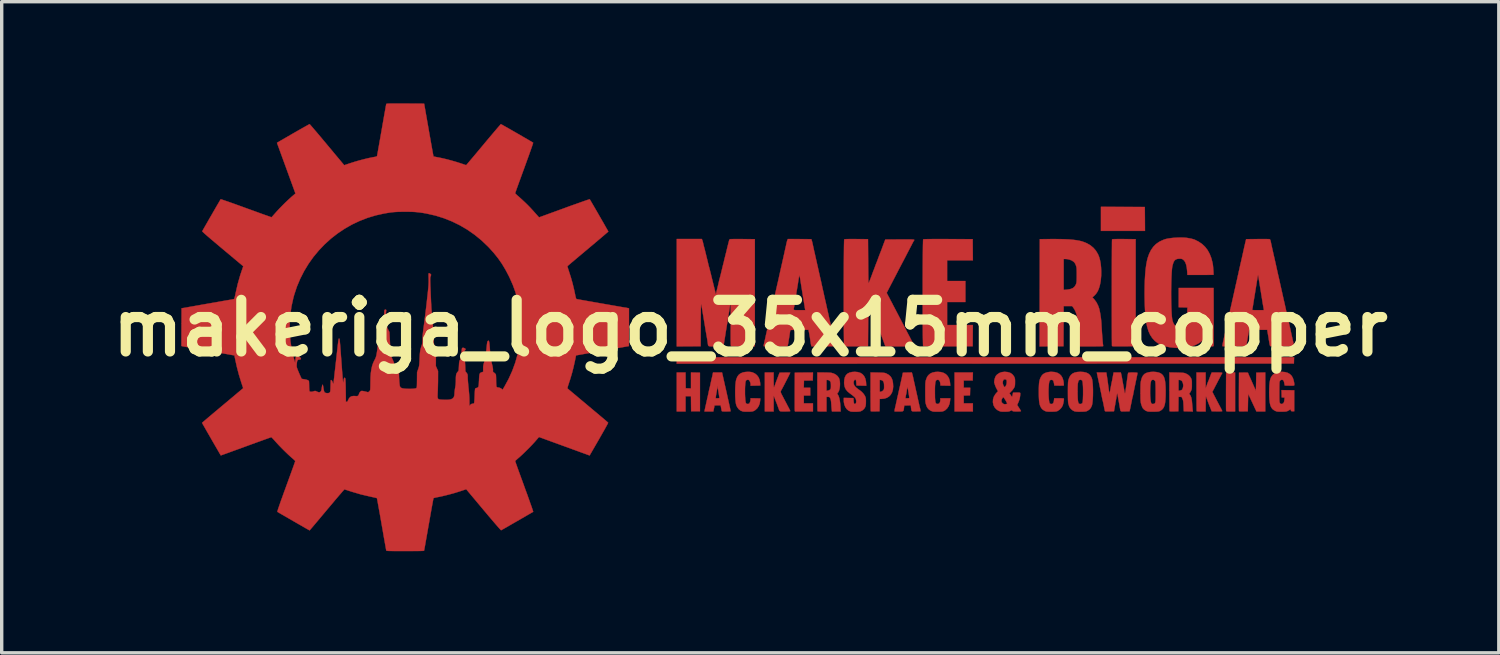
<source format=kicad_pcb>
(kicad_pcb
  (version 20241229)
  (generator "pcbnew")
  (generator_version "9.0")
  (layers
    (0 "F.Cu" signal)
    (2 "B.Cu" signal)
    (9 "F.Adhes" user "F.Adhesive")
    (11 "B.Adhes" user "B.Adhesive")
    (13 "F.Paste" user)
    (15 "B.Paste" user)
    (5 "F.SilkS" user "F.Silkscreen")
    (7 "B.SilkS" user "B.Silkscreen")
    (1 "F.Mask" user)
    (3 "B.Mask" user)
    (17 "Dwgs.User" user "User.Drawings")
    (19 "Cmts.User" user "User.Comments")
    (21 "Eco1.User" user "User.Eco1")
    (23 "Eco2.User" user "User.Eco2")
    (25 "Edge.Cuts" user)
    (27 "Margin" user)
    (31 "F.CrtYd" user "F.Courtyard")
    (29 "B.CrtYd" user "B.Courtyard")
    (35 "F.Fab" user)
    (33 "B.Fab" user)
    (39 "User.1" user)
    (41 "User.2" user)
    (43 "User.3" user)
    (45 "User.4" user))
  (footprint "makeriga_logo_35x15mm_copper"
    (layer "F.Cu")
    (at 19.094 6.634)
    (property "Reference" "makeriga_logo_35x15mm_copper" (at 0 0 0) (layer "F.SilkS") (effects (font (size 1.524 1.524) (thickness 0.3))))
    (attr through_hole)
    (fp_poly (pts (xy 16.045 1.045) (xy -2.17 1.05) (xy -2.17 0.86) (xy 16.051 0.86) (xy 16.045 1.045)) (stroke (width 0.01) (type solid)) (fill yes) (layer "F.Cu"))
    (fp_poly (pts (xy 11.645 -3.575) (xy 11.648 -3.223) (xy 11.65 -2.87) (xy 10.35 -2.87) (xy 10.35 -3.58) (xy 11.645 -3.575)) (stroke (width 0.01) (type solid)) (fill yes) (layer "F.Cu"))
    (fp_poly (pts (xy 6.565 1.545) (xy 6.3 1.545) (xy 6.3 1.76) (xy 6.491 1.76) (xy 6.488 1.873) (xy 6.485 1.985) (xy 6.3 1.991) (xy 6.3 2.22) (xy 6.57 2.22) (xy 6.57 2.46) (xy 6.03 2.46) (xy 6.03 1.31) (xy 6.571 1.31) (xy 6.565 1.545)) (stroke (width 0.01) (type solid)) (fill yes) (layer "F.Cu"))
    (fp_poly (pts (xy -1.617 1.312) (xy -1.485 1.315) (xy -1.485 2.455) (xy -1.745 2.455) (xy -1.748 2.232) (xy -1.75 2.01) (xy -1.91 2.01) (xy -1.91 2.46) (xy -2.17 2.46) (xy -2.17 1.31) (xy -1.91 1.31) (xy -1.908 1.542) (xy -1.905 1.775) (xy -1.827 1.778) (xy -1.75 1.781) (xy -1.75 1.309) (xy -1.617 1.312)) (stroke (width 0.01) (type solid)) (fill yes) (layer "F.Cu"))
    (fp_poly (pts (xy 14.31 2.46) (xy 14.18 2.46) (xy 14.127 2.46) (xy 14.091 2.459) (xy 14.068 2.457) (xy 14.055 2.453) (xy 14.048 2.447) (xy 14.045 2.438) (xy 14.045 2.438) (xy 14.044 2.423) (xy 14.043 2.391) (xy 14.042 2.343) (xy 14.042 2.281) (xy 14.042 2.206) (xy 14.042 2.12) (xy 14.042 2.026) (xy 14.042 1.925) (xy 14.042 1.865) (xy 14.045 1.315) (xy 14.178 1.312) (xy 14.31 1.309) (xy 14.31 2.46)) (stroke (width 0.01) (type solid)) (fill yes) (layer "F.Cu"))
    (fp_poly (pts (xy 1.848 1.427) (xy 1.845 1.545) (xy 1.715 1.547) (xy 1.585 1.548) (xy 1.582 1.654) (xy 1.579 1.76) (xy 1.77 1.76) (xy 1.77 1.99) (xy 1.58 1.99) (xy 1.58 2.22) (xy 1.85 2.22) (xy 1.85 2.46) (xy 1.32 2.46) (xy 1.315 2.438) (xy 1.314 2.423) (xy 1.313 2.391) (xy 1.312 2.343) (xy 1.312 2.281) (xy 1.312 2.206) (xy 1.312 2.12) (xy 1.312 2.026) (xy 1.312 1.925) (xy 1.312 1.865) (xy 1.315 1.315) (xy 1.583 1.312) (xy 1.851 1.31) (xy 1.848 1.427)) (stroke (width 0.01) (type solid)) (fill yes) (layer "F.Cu"))
    (fp_poly (pts (xy 10.972 -2.628) (xy 11.031 -2.628) (xy 11.375 -2.625) (xy 11.375 0.535) (xy 11.029 0.538) (xy 10.935 0.538) (xy 10.86 0.539) (xy 10.801 0.538) (xy 10.757 0.538) (xy 10.724 0.537) (xy 10.702 0.535) (xy 10.687 0.532) (xy 10.68 0.529) (xy 10.676 0.524) (xy 10.676 0.524) (xy 10.675 0.512) (xy 10.674 0.481) (xy 10.674 0.433) (xy 10.673 0.369) (xy 10.672 0.291) (xy 10.672 0.198) (xy 10.672 0.094) (xy 10.671 -0.021) (xy 10.671 -0.145) (xy 10.671 -0.278) (xy 10.67 -0.417) (xy 10.67 -0.562) (xy 10.67 -0.711) (xy 10.67 -0.863) (xy 10.67 -1.016) (xy 10.67 -1.17) (xy 10.671 -1.323) (xy 10.671 -1.473) (xy 10.671 -1.62) (xy 10.671 -1.761) (xy 10.672 -1.897) (xy 10.672 -2.025) (xy 10.673 -2.143) (xy 10.673 -2.252) (xy 10.674 -2.349) (xy 10.675 -2.433) (xy 10.675 -2.503) (xy 10.676 -2.558) (xy 10.677 -2.595) (xy 10.678 -2.615) (xy 10.678 -2.618) (xy 10.685 -2.621) (xy 10.7 -2.624) (xy 10.727 -2.626) (xy 10.765 -2.627) (xy 10.818 -2.628) (xy 10.886 -2.628) (xy 10.972 -2.628)) (stroke (width 0.01) (type solid)) (fill yes) (layer "F.Cu"))
    (fp_poly (pts (xy 3.757 1.312) (xy 3.828 1.314) (xy 3.881 1.315) (xy 3.921 1.318) (xy 3.951 1.321) (xy 3.973 1.325) (xy 3.993 1.33) (xy 4.012 1.338) (xy 4.022 1.343) (xy 4.088 1.38) (xy 4.139 1.426) (xy 4.175 1.482) (xy 4.2 1.551) (xy 4.212 1.62) (xy 4.218 1.724) (xy 4.209 1.816) (xy 4.185 1.896) (xy 4.147 1.963) (xy 4.096 2.017) (xy 4.032 2.057) (xy 3.956 2.081) (xy 3.868 2.09) (xy 3.82 2.09) (xy 3.818 2.272) (xy 3.815 2.455) (xy 3.689 2.458) (xy 3.641 2.458) (xy 3.6 2.458) (xy 3.571 2.456) (xy 3.557 2.454) (xy 3.557 2.454) (xy 3.556 2.443) (xy 3.554 2.413) (xy 3.553 2.368) (xy 3.552 2.308) (xy 3.552 2.235) (xy 3.551 2.151) (xy 3.55 2.058) (xy 3.55 1.957) (xy 3.55 1.877) (xy 3.55 1.53) (xy 3.82 1.53) (xy 3.82 1.883) (xy 3.857 1.877) (xy 3.897 1.861) (xy 3.922 1.838) (xy 3.935 1.821) (xy 3.944 1.805) (xy 3.948 1.784) (xy 3.95 1.752) (xy 3.95 1.712) (xy 3.948 1.652) (xy 3.941 1.608) (xy 3.927 1.576) (xy 3.907 1.552) (xy 3.898 1.546) (xy 3.87 1.534) (xy 3.848 1.53) (xy 3.82 1.53) (xy 3.55 1.53) (xy 3.55 1.308) (xy 3.757 1.312)) (stroke (width 0.01) (type solid)) (fill yes) (layer "F.Cu"))
    (fp_poly (pts (xy 5.708 -2.628) (xy 5.841 -2.628) (xy 6.565 -2.625) (xy 6.57 -2) (xy 5.81 -2) (xy 5.81 -1.39) (xy 6.35 -1.39) (xy 6.35 -0.77) (xy 5.81 -0.77) (xy 5.81 -0.09) (xy 6.57 -0.09) (xy 6.565 0.535) (xy 5.84 0.538) (xy 5.694 0.538) (xy 5.567 0.538) (xy 5.458 0.538) (xy 5.366 0.538) (xy 5.29 0.537) (xy 5.228 0.536) (xy 5.18 0.535) (xy 5.144 0.534) (xy 5.12 0.532) (xy 5.106 0.53) (xy 5.102 0.528) (xy 5.1 0.516) (xy 5.099 0.486) (xy 5.097 0.438) (xy 5.096 0.375) (xy 5.094 0.296) (xy 5.093 0.204) (xy 5.092 0.101) (xy 5.091 -0.014) (xy 5.091 -0.138) (xy 5.09 -0.271) (xy 5.089 -0.41) (xy 5.089 -0.555) (xy 5.089 -0.704) (xy 5.089 -0.856) (xy 5.089 -1.01) (xy 5.089 -1.164) (xy 5.089 -1.317) (xy 5.089 -1.467) (xy 5.09 -1.614) (xy 5.09 -1.756) (xy 5.091 -1.892) (xy 5.092 -2.02) (xy 5.093 -2.139) (xy 5.094 -2.248) (xy 5.095 -2.346) (xy 5.096 -2.431) (xy 5.098 -2.502) (xy 5.099 -2.557) (xy 5.101 -2.595) (xy 5.103 -2.616) (xy 5.104 -2.619) (xy 5.113 -2.621) (xy 5.134 -2.623) (xy 5.169 -2.625) (xy 5.219 -2.626) (xy 5.283 -2.627) (xy 5.363 -2.628) (xy 5.46 -2.628) (xy 5.575 -2.628) (xy 5.708 -2.628)) (stroke (width 0.01) (type solid)) (fill yes) (layer "F.Cu"))
    (fp_poly (pts (xy 15.2 2.46) (xy 14.94 2.46) (xy 14.899 2.373) (xy 14.877 2.326) (xy 14.856 2.28) (xy 14.837 2.241) (xy 14.833 2.23) (xy 14.818 2.199) (xy 14.798 2.155) (xy 14.774 2.106) (xy 14.754 2.061) (xy 14.733 2.017) (xy 14.716 1.979) (xy 14.703 1.951) (xy 14.698 1.937) (xy 14.698 1.936) (xy 14.697 1.943) (xy 14.696 1.967) (xy 14.695 2.006) (xy 14.693 2.058) (xy 14.692 2.12) (xy 14.69 2.189) (xy 14.69 2.19) (xy 14.685 2.455) (xy 14.557 2.458) (xy 14.501 2.459) (xy 14.462 2.458) (xy 14.438 2.455) (xy 14.426 2.45) (xy 14.425 2.448) (xy 14.424 2.436) (xy 14.423 2.405) (xy 14.423 2.359) (xy 14.422 2.298) (xy 14.422 2.224) (xy 14.422 2.14) (xy 14.422 2.046) (xy 14.422 1.946) (xy 14.422 1.875) (xy 14.425 1.315) (xy 14.557 1.312) (xy 14.61 1.312) (xy 14.651 1.313) (xy 14.679 1.315) (xy 14.69 1.318) (xy 14.69 1.319) (xy 14.694 1.331) (xy 14.705 1.358) (xy 14.72 1.393) (xy 14.73 1.417) (xy 14.749 1.457) (xy 14.765 1.492) (xy 14.776 1.518) (xy 14.78 1.525) (xy 14.789 1.546) (xy 14.802 1.576) (xy 14.808 1.59) (xy 14.825 1.627) (xy 14.843 1.669) (xy 14.85 1.685) (xy 14.868 1.725) (xy 14.888 1.769) (xy 14.896 1.788) (xy 14.91 1.819) (xy 14.919 1.843) (xy 14.922 1.853) (xy 14.923 1.846) (xy 14.924 1.823) (xy 14.925 1.783) (xy 14.927 1.732) (xy 14.928 1.669) (xy 14.93 1.599) (xy 14.93 1.59) (xy 14.935 1.315) (xy 15.068 1.312) (xy 15.2 1.309) (xy 15.2 2.46)) (stroke (width 0.01) (type solid)) (fill yes) (layer "F.Cu"))
    (fp_poly (pts (xy 2.221 1.311) (xy 2.28 1.312) (xy 2.332 1.315) (xy 2.372 1.317) (xy 2.391 1.32) (xy 2.464 1.341) (xy 2.527 1.375) (xy 2.579 1.42) (xy 2.616 1.472) (xy 2.63 1.508) (xy 2.643 1.57) (xy 2.648 1.639) (xy 2.646 1.709) (xy 2.637 1.777) (xy 2.623 1.836) (xy 2.602 1.884) (xy 2.592 1.899) (xy 2.563 1.934) (xy 2.593 1.977) (xy 2.612 2.018) (xy 2.63 2.076) (xy 2.644 2.149) (xy 2.655 2.235) (xy 2.662 2.332) (xy 2.663 2.342) (xy 2.668 2.46) (xy 2.411 2.46) (xy 2.406 2.417) (xy 2.403 2.391) (xy 2.399 2.35) (xy 2.395 2.3) (xy 2.392 2.247) (xy 2.391 2.245) (xy 2.387 2.184) (xy 2.381 2.14) (xy 2.374 2.107) (xy 2.365 2.081) (xy 2.361 2.072) (xy 2.347 2.047) (xy 2.333 2.034) (xy 2.312 2.03) (xy 2.295 2.03) (xy 2.25 2.03) (xy 2.25 2.46) (xy 2.122 2.46) (xy 2.073 2.46) (xy 2.032 2.458) (xy 2.002 2.456) (xy 1.987 2.454) (xy 1.987 2.453) (xy 1.985 2.442) (xy 1.984 2.413) (xy 1.983 2.368) (xy 1.982 2.308) (xy 1.981 2.235) (xy 1.981 2.151) (xy 1.98 2.058) (xy 1.98 1.957) (xy 1.98 1.878) (xy 1.98 1.85) (xy 2.25 1.85) (xy 2.292 1.844) (xy 2.334 1.831) (xy 2.357 1.813) (xy 2.368 1.799) (xy 2.375 1.782) (xy 2.379 1.758) (xy 2.38 1.721) (xy 2.38 1.699) (xy 2.379 1.656) (xy 2.376 1.618) (xy 2.371 1.593) (xy 2.369 1.587) (xy 2.342 1.553) (xy 2.305 1.533) (xy 2.283 1.53) (xy 2.25 1.53) (xy 2.25 1.85) (xy 1.98 1.85) (xy 1.98 1.31) (xy 2.159 1.31) (xy 2.221 1.311)) (stroke (width 0.01) (type solid)) (fill yes) (layer "F.Cu"))
    (fp_poly (pts (xy -0.027 1.291) (xy 0.032 1.298) (xy 0.066 1.307) (xy 0.139 1.341) (xy 0.198 1.39) (xy 0.244 1.452) (xy 0.275 1.527) (xy 0.291 1.613) (xy 0.292 1.633) (xy 0.295 1.695) (xy 0.152 1.698) (xy 0.01 1.701) (xy 0.01 1.667) (xy 0.006 1.626) (xy -0.006 1.586) (xy -0.023 1.552) (xy -0.042 1.532) (xy -0.047 1.529) (xy -0.083 1.524) (xy -0.114 1.536) (xy -0.13 1.553) (xy -0.138 1.577) (xy -0.145 1.617) (xy -0.15 1.67) (xy -0.154 1.733) (xy -0.156 1.802) (xy -0.156 1.875) (xy -0.156 1.949) (xy -0.153 2.019) (xy -0.149 2.084) (xy -0.144 2.14) (xy -0.137 2.184) (xy -0.129 2.213) (xy -0.125 2.22) (xy -0.1 2.236) (xy -0.068 2.239) (xy -0.039 2.231) (xy -0.028 2.223) (xy -0.013 2.197) (xy -0.000117 2.161) (xy 0.008 2.121) (xy 0.01 2.097) (xy 0.01 2.069) (xy 0.295 2.075) (xy 0.292 2.135) (xy 0.279 2.221) (xy 0.251 2.297) (xy 0.209 2.363) (xy 0.154 2.415) (xy 0.114 2.44) (xy 0.091 2.451) (xy 0.068 2.458) (xy 0.041 2.462) (xy 0.004 2.465) (xy -0.046 2.467) (xy -0.06 2.467) (xy -0.112 2.467) (xy -0.16 2.466) (xy -0.199 2.463) (xy -0.222 2.46) (xy -0.287 2.434) (xy -0.342 2.391) (xy -0.386 2.331) (xy -0.41 2.281) (xy -0.422 2.238) (xy -0.431 2.179) (xy -0.438 2.107) (xy -0.443 2.026) (xy -0.445 1.939) (xy -0.445 1.85) (xy -0.443 1.763) (xy -0.438 1.68) (xy -0.431 1.606) (xy -0.421 1.544) (xy -0.409 1.5) (xy -0.38 1.432) (xy -0.343 1.381) (xy -0.295 1.342) (xy -0.233 1.314) (xy -0.208 1.306) (xy -0.154 1.296) (xy -0.091 1.291) (xy -0.027 1.291)) (stroke (width 0.01) (type solid)) (fill yes) (layer "F.Cu"))
    (fp_poly (pts (xy 0.69 1.538) (xy 0.691 1.615) (xy 0.692 1.675) (xy 0.694 1.719) (xy 0.696 1.744) (xy 0.7 1.75) (xy 0.7 1.749) (xy 0.707 1.733) (xy 0.719 1.704) (xy 0.734 1.664) (xy 0.745 1.634) (xy 0.76 1.591) (xy 0.774 1.555) (xy 0.783 1.529) (xy 0.787 1.52) (xy 0.793 1.505) (xy 0.804 1.475) (xy 0.819 1.437) (xy 0.829 1.41) (xy 0.865 1.315) (xy 1.023 1.312) (xy 1.076 1.312) (xy 1.122 1.312) (xy 1.156 1.313) (xy 1.176 1.314) (xy 1.18 1.315) (xy 1.176 1.326) (xy 1.163 1.352) (xy 1.145 1.39) (xy 1.121 1.437) (xy 1.094 1.491) (xy 1.064 1.549) (xy 1.034 1.608) (xy 1.005 1.665) (xy 0.978 1.717) (xy 0.954 1.762) (xy 0.935 1.797) (xy 0.923 1.819) (xy 0.919 1.825) (xy 0.902 1.856) (xy 0.899 1.888) (xy 0.911 1.925) (xy 0.919 1.942) (xy 0.934 1.971) (xy 0.956 2.012) (xy 0.981 2.061) (xy 1.008 2.113) (xy 1.015 2.125) (xy 1.044 2.181) (xy 1.076 2.241) (xy 1.105 2.298) (xy 1.13 2.344) (xy 1.131 2.347) (xy 1.152 2.386) (xy 1.168 2.419) (xy 1.178 2.442) (xy 1.18 2.449) (xy 1.17 2.454) (xy 1.14 2.457) (xy 1.09 2.459) (xy 1.027 2.46) (xy 0.967 2.46) (xy 0.924 2.459) (xy 0.894 2.456) (xy 0.875 2.449) (xy 0.862 2.437) (xy 0.852 2.418) (xy 0.842 2.391) (xy 0.837 2.375) (xy 0.82 2.329) (xy 0.802 2.279) (xy 0.783 2.229) (xy 0.765 2.183) (xy 0.751 2.149) (xy 0.745 2.133) (xy 0.735 2.109) (xy 0.73 2.093) (xy 0.73 2.092) (xy 0.726 2.078) (xy 0.716 2.053) (xy 0.71 2.039) (xy 0.69 1.995) (xy 0.69 2.228) (xy 0.69 2.46) (xy 0.43 2.46) (xy 0.43 1.31) (xy 0.69 1.31) (xy 0.69 1.538)) (stroke (width 0.01) (type solid)) (fill yes) (layer "F.Cu"))
    (fp_poly (pts (xy 5.629 1.298) (xy 5.708 1.322) (xy 5.774 1.361) (xy 5.826 1.415) (xy 5.865 1.483) (xy 5.889 1.565) (xy 5.897 1.621) (xy 5.903 1.701) (xy 5.759 1.698) (xy 5.615 1.695) (xy 5.61 1.64) (xy 5.6 1.586) (xy 5.581 1.549) (xy 5.555 1.528) (xy 5.523 1.525) (xy 5.507 1.529) (xy 5.491 1.538) (xy 5.478 1.554) (xy 5.468 1.578) (xy 5.461 1.611) (xy 5.456 1.658) (xy 5.452 1.718) (xy 5.45 1.794) (xy 5.45 1.885) (xy 5.451 1.979) (xy 5.452 2.055) (xy 5.456 2.115) (xy 5.461 2.161) (xy 5.468 2.194) (xy 5.478 2.216) (xy 5.491 2.23) (xy 5.505 2.236) (xy 5.545 2.238) (xy 5.576 2.222) (xy 5.598 2.191) (xy 5.609 2.143) (xy 5.61 2.115) (xy 5.61 2.07) (xy 5.903 2.07) (xy 5.897 2.143) (xy 5.883 2.228) (xy 5.854 2.304) (xy 5.812 2.368) (xy 5.759 2.419) (xy 5.724 2.44) (xy 5.701 2.45) (xy 5.679 2.458) (xy 5.653 2.462) (xy 5.618 2.465) (xy 5.57 2.466) (xy 5.545 2.467) (xy 5.493 2.467) (xy 5.446 2.466) (xy 5.409 2.464) (xy 5.386 2.461) (xy 5.385 2.461) (xy 5.322 2.436) (xy 5.267 2.397) (xy 5.226 2.348) (xy 5.216 2.332) (xy 5.206 2.308) (xy 5.193 2.273) (xy 5.184 2.245) (xy 5.178 2.225) (xy 5.174 2.204) (xy 5.171 2.179) (xy 5.168 2.147) (xy 5.167 2.105) (xy 5.166 2.051) (xy 5.165 1.983) (xy 5.165 1.898) (xy 5.165 1.89) (xy 5.165 1.803) (xy 5.166 1.734) (xy 5.167 1.679) (xy 5.168 1.636) (xy 5.171 1.604) (xy 5.174 1.578) (xy 5.178 1.556) (xy 5.183 1.537) (xy 5.184 1.535) (xy 5.202 1.483) (xy 5.219 1.444) (xy 5.24 1.411) (xy 5.262 1.385) (xy 5.313 1.341) (xy 5.379 1.311) (xy 5.461 1.294) (xy 5.538 1.29) (xy 5.629 1.298)) (stroke (width 0.01) (type solid)) (fill yes) (layer "F.Cu"))
    (fp_poly (pts (xy 3.175 1.298) (xy 3.249 1.321) (xy 3.31 1.359) (xy 3.358 1.413) (xy 3.392 1.48) (xy 3.413 1.562) (xy 3.418 1.612) (xy 3.423 1.701) (xy 3.135 1.695) (xy 3.13 1.62) (xy 3.127 1.582) (xy 3.122 1.551) (xy 3.117 1.533) (xy 3.117 1.532) (xy 3.101 1.52) (xy 3.084 1.524) (xy 3.068 1.541) (xy 3.055 1.568) (xy 3.05 1.603) (xy 3.05 1.608) (xy 3.055 1.65) (xy 3.07 1.69) (xy 3.098 1.728) (xy 3.14 1.768) (xy 3.199 1.812) (xy 3.219 1.825) (xy 3.281 1.873) (xy 3.335 1.928) (xy 3.375 1.984) (xy 3.387 2.007) (xy 3.399 2.035) (xy 3.407 2.061) (xy 3.411 2.089) (xy 3.413 2.126) (xy 3.413 2.175) (xy 3.412 2.231) (xy 3.408 2.272) (xy 3.402 2.303) (xy 3.392 2.33) (xy 3.392 2.331) (xy 3.361 2.381) (xy 3.316 2.423) (xy 3.264 2.452) (xy 3.238 2.459) (xy 3.205 2.464) (xy 3.16 2.467) (xy 3.109 2.469) (xy 3.058 2.469) (xy 3.011 2.467) (xy 2.975 2.464) (xy 2.96 2.461) (xy 2.897 2.432) (xy 2.845 2.387) (xy 2.804 2.327) (xy 2.776 2.256) (xy 2.761 2.174) (xy 2.76 2.132) (xy 2.76 2.059) (xy 3.045 2.065) (xy 3.05 2.14) (xy 3.054 2.187) (xy 3.06 2.217) (xy 3.069 2.233) (xy 3.082 2.239) (xy 3.089 2.24) (xy 3.109 2.231) (xy 3.122 2.208) (xy 3.128 2.174) (xy 3.126 2.135) (xy 3.115 2.094) (xy 3.111 2.083) (xy 3.101 2.065) (xy 3.087 2.046) (xy 3.067 2.026) (xy 3.039 2.002) (xy 3 1.971) (xy 2.947 1.932) (xy 2.926 1.917) (xy 2.862 1.861) (xy 2.815 1.8) (xy 2.786 1.731) (xy 2.772 1.651) (xy 2.77 1.608) (xy 2.776 1.519) (xy 2.794 1.446) (xy 2.826 1.387) (xy 2.871 1.343) (xy 2.93 1.313) (xy 3.005 1.295) (xy 3.088 1.29) (xy 3.175 1.298)) (stroke (width 0.01) (type solid)) (fill yes) (layer "F.Cu"))
    (fp_poly (pts (xy 12.582 1.312) (xy 12.655 1.314) (xy 12.71 1.316) (xy 12.752 1.318) (xy 12.783 1.321) (xy 12.808 1.325) (xy 12.829 1.331) (xy 12.85 1.339) (xy 12.852 1.339) (xy 12.922 1.377) (xy 12.975 1.425) (xy 13.011 1.482) (xy 13.021 1.507) (xy 13.028 1.53) (xy 13.032 1.558) (xy 13.034 1.595) (xy 13.034 1.645) (xy 13.034 1.665) (xy 13.034 1.721) (xy 13.032 1.762) (xy 13.029 1.792) (xy 13.023 1.816) (xy 13.014 1.84) (xy 13.011 1.847) (xy 12.995 1.879) (xy 12.978 1.905) (xy 12.969 1.915) (xy 12.958 1.927) (xy 12.957 1.938) (xy 12.968 1.956) (xy 12.974 1.964) (xy 12.996 1.998) (xy 13.012 2.038) (xy 13.025 2.086) (xy 13.034 2.146) (xy 13.04 2.213) (xy 13.044 2.268) (xy 13.049 2.323) (xy 13.053 2.369) (xy 13.056 2.402) (xy 13.056 2.403) (xy 13.063 2.461) (xy 12.795 2.455) (xy 12.788 2.299) (xy 12.785 2.237) (xy 12.782 2.191) (xy 12.778 2.156) (xy 12.772 2.129) (xy 12.764 2.105) (xy 12.756 2.087) (xy 12.731 2.03) (xy 12.64 2.03) (xy 12.638 2.243) (xy 12.635 2.455) (xy 12.509 2.458) (xy 12.461 2.458) (xy 12.42 2.458) (xy 12.391 2.456) (xy 12.377 2.454) (xy 12.377 2.454) (xy 12.376 2.443) (xy 12.374 2.413) (xy 12.373 2.368) (xy 12.372 2.308) (xy 12.372 2.235) (xy 12.371 2.151) (xy 12.37 2.058) (xy 12.37 1.957) (xy 12.37 1.877) (xy 12.37 1.53) (xy 12.64 1.53) (xy 12.64 1.851) (xy 12.678 1.844) (xy 12.709 1.836) (xy 12.734 1.826) (xy 12.736 1.825) (xy 12.752 1.805) (xy 12.766 1.772) (xy 12.776 1.732) (xy 12.78 1.692) (xy 12.777 1.666) (xy 12.77 1.631) (xy 12.765 1.613) (xy 12.745 1.568) (xy 12.716 1.541) (xy 12.677 1.53) (xy 12.67 1.53) (xy 12.64 1.53) (xy 12.37 1.53) (xy 12.37 1.308) (xy 12.582 1.312)) (stroke (width 0.01) (type solid)) (fill yes) (layer "F.Cu"))
    (fp_poly (pts (xy 13.441 1.775) (xy 13.476 1.68) (xy 13.491 1.637) (xy 13.505 1.6) (xy 13.516 1.574) (xy 13.52 1.565) (xy 13.528 1.547) (xy 13.54 1.515) (xy 13.555 1.477) (xy 13.559 1.465) (xy 13.575 1.422) (xy 13.59 1.382) (xy 13.602 1.352) (xy 13.604 1.347) (xy 13.62 1.31) (xy 13.775 1.31) (xy 13.837 1.31) (xy 13.881 1.312) (xy 13.909 1.314) (xy 13.925 1.317) (xy 13.93 1.323) (xy 13.93 1.323) (xy 13.924 1.342) (xy 13.921 1.345) (xy 13.914 1.357) (xy 13.899 1.384) (xy 13.879 1.421) (xy 13.855 1.468) (xy 13.835 1.505) (xy 13.803 1.566) (xy 13.769 1.633) (xy 13.735 1.697) (xy 13.706 1.752) (xy 13.698 1.769) (xy 13.638 1.882) (xy 13.685 1.974) (xy 13.717 2.035) (xy 13.752 2.103) (xy 13.789 2.174) (xy 13.825 2.242) (xy 13.858 2.304) (xy 13.885 2.356) (xy 13.897 2.378) (xy 13.913 2.41) (xy 13.925 2.436) (xy 13.93 2.45) (xy 13.93 2.451) (xy 13.92 2.454) (xy 13.892 2.457) (xy 13.846 2.458) (xy 13.783 2.458) (xy 13.774 2.458) (xy 13.618 2.455) (xy 13.593 2.39) (xy 13.579 2.354) (xy 13.566 2.323) (xy 13.559 2.305) (xy 13.547 2.276) (xy 13.531 2.234) (xy 13.512 2.184) (xy 13.494 2.134) (xy 13.477 2.088) (xy 13.464 2.053) (xy 13.462 2.045) (xy 13.456 2.03) (xy 13.452 2.02) (xy 13.449 2.019) (xy 13.447 2.028) (xy 13.445 2.049) (xy 13.444 2.083) (xy 13.443 2.133) (xy 13.443 2.201) (xy 13.442 2.228) (xy 13.44 2.46) (xy 13.311 2.46) (xy 13.263 2.46) (xy 13.221 2.458) (xy 13.192 2.456) (xy 13.177 2.454) (xy 13.177 2.453) (xy 13.175 2.442) (xy 13.174 2.413) (xy 13.173 2.368) (xy 13.172 2.308) (xy 13.171 2.235) (xy 13.171 2.151) (xy 13.17 2.058) (xy 13.17 1.957) (xy 13.17 1.878) (xy 13.17 1.31) (xy 13.44 1.31) (xy 13.441 1.775)) (stroke (width 0.01) (type solid)) (fill yes) (layer "F.Cu"))
    (fp_poly (pts (xy 8.984 1.297) (xy 9.063 1.319) (xy 9.128 1.356) (xy 9.179 1.407) (xy 9.217 1.473) (xy 9.242 1.554) (xy 9.25 1.6) (xy 9.253 1.639) (xy 9.255 1.671) (xy 9.253 1.69) (xy 9.252 1.692) (xy 9.239 1.695) (xy 9.211 1.697) (xy 9.17 1.698) (xy 9.121 1.698) (xy 9.109 1.698) (xy 8.975 1.695) (xy 8.964 1.627) (xy 8.953 1.579) (xy 8.939 1.548) (xy 8.92 1.532) (xy 8.892 1.527) (xy 8.89 1.527) (xy 8.868 1.529) (xy 8.85 1.537) (xy 8.837 1.553) (xy 8.826 1.58) (xy 8.818 1.619) (xy 8.812 1.672) (xy 8.807 1.742) (xy 8.804 1.793) (xy 8.803 1.859) (xy 8.803 1.928) (xy 8.805 1.997) (xy 8.809 2.062) (xy 8.815 2.121) (xy 8.822 2.169) (xy 8.83 2.203) (xy 8.835 2.217) (xy 8.856 2.235) (xy 8.883 2.24) (xy 8.914 2.236) (xy 8.935 2.222) (xy 8.95 2.196) (xy 8.96 2.154) (xy 8.962 2.141) (xy 8.972 2.07) (xy 9.111 2.07) (xy 9.161 2.071) (xy 9.204 2.072) (xy 9.236 2.075) (xy 9.253 2.078) (xy 9.254 2.079) (xy 9.257 2.096) (xy 9.255 2.127) (xy 9.249 2.167) (xy 9.241 2.21) (xy 9.231 2.251) (xy 9.22 2.285) (xy 9.216 2.295) (xy 9.18 2.353) (xy 9.13 2.406) (xy 9.075 2.443) (xy 9.055 2.452) (xy 9.032 2.458) (xy 9.001 2.462) (xy 8.96 2.465) (xy 8.905 2.466) (xy 8.852 2.467) (xy 8.803 2.466) (xy 8.764 2.463) (xy 8.738 2.46) (xy 8.738 2.46) (xy 8.697 2.445) (xy 8.655 2.421) (xy 8.62 2.395) (xy 8.609 2.384) (xy 8.583 2.348) (xy 8.562 2.308) (xy 8.545 2.262) (xy 8.533 2.207) (xy 8.524 2.14) (xy 8.519 2.06) (xy 8.516 1.964) (xy 8.516 1.89) (xy 8.516 1.79) (xy 8.519 1.707) (xy 8.523 1.638) (xy 8.53 1.581) (xy 8.541 1.533) (xy 8.555 1.491) (xy 8.573 1.452) (xy 8.595 1.413) (xy 8.598 1.408) (xy 8.639 1.362) (xy 8.696 1.327) (xy 8.768 1.303) (xy 8.852 1.291) (xy 8.892 1.29) (xy 8.984 1.297)) (stroke (width 0.01) (type solid)) (fill yes) (layer "F.Cu"))
    (fp_poly (pts (xy 15.783 1.298) (xy 15.861 1.32) (xy 15.926 1.357) (xy 15.978 1.408) (xy 16.012 1.467) (xy 16.026 1.504) (xy 16.039 1.548) (xy 16.049 1.594) (xy 16.056 1.636) (xy 16.058 1.669) (xy 16.056 1.686) (xy 16.051 1.692) (xy 16.038 1.696) (xy 16.016 1.698) (xy 15.98 1.699) (xy 15.927 1.698) (xy 15.913 1.698) (xy 15.775 1.695) (xy 15.768 1.657) (xy 15.76 1.62) (xy 15.753 1.583) (xy 15.752 1.583) (xy 15.738 1.548) (xy 15.713 1.528) (xy 15.684 1.524) (xy 15.654 1.535) (xy 15.632 1.558) (xy 15.627 1.567) (xy 15.623 1.58) (xy 15.62 1.598) (xy 15.618 1.624) (xy 15.617 1.661) (xy 15.616 1.709) (xy 15.615 1.773) (xy 15.615 1.853) (xy 15.615 1.885) (xy 15.615 1.971) (xy 15.615 2.04) (xy 15.616 2.093) (xy 15.617 2.133) (xy 15.619 2.163) (xy 15.622 2.183) (xy 15.626 2.198) (xy 15.63 2.209) (xy 15.633 2.214) (xy 15.65 2.233) (xy 15.67 2.239) (xy 15.687 2.238) (xy 15.719 2.229) (xy 15.741 2.208) (xy 15.756 2.171) (xy 15.765 2.118) (xy 15.771 2.051) (xy 15.728 2.048) (xy 15.685 2.045) (xy 15.679 1.83) (xy 16.055 1.835) (xy 16.055 2.455) (xy 16.01 2.455) (xy 15.982 2.454) (xy 15.967 2.447) (xy 15.958 2.432) (xy 15.954 2.421) (xy 15.945 2.401) (xy 15.937 2.397) (xy 15.936 2.399) (xy 15.923 2.409) (xy 15.899 2.425) (xy 15.877 2.437) (xy 15.853 2.449) (xy 15.831 2.457) (xy 15.805 2.462) (xy 15.772 2.464) (xy 15.725 2.466) (xy 15.7 2.467) (xy 15.648 2.467) (xy 15.6 2.466) (xy 15.561 2.463) (xy 15.538 2.46) (xy 15.497 2.444) (xy 15.454 2.42) (xy 15.418 2.393) (xy 15.409 2.384) (xy 15.382 2.347) (xy 15.36 2.303) (xy 15.343 2.25) (xy 15.331 2.186) (xy 15.322 2.107) (xy 15.317 2.014) (xy 15.315 1.903) (xy 15.315 1.89) (xy 15.317 1.779) (xy 15.321 1.685) (xy 15.329 1.607) (xy 15.34 1.542) (xy 15.355 1.487) (xy 15.375 1.442) (xy 15.378 1.437) (xy 15.419 1.381) (xy 15.476 1.338) (xy 15.546 1.309) (xy 15.631 1.293) (xy 15.693 1.29) (xy 15.783 1.298)) (stroke (width 0.01) (type solid)) (fill yes) (layer "F.Cu"))
    (fp_poly (pts (xy 4.784 1.362) (xy 4.795 1.404) (xy 4.805 1.449) (xy 4.809 1.465) (xy 4.815 1.498) (xy 4.825 1.542) (xy 4.836 1.591) (xy 4.84 1.61) (xy 4.853 1.665) (xy 4.866 1.725) (xy 4.878 1.779) (xy 4.881 1.79) (xy 4.892 1.844) (xy 4.906 1.905) (xy 4.918 1.959) (xy 4.918 1.96) (xy 4.928 2.002) (xy 4.94 2.057) (xy 4.953 2.119) (xy 4.967 2.18) (xy 4.969 2.19) (xy 4.981 2.244) (xy 4.992 2.295) (xy 5.002 2.336) (xy 5.009 2.364) (xy 5.011 2.37) (xy 5.018 2.401) (xy 5.023 2.429) (xy 5.023 2.43) (xy 5.025 2.455) (xy 4.897 2.458) (xy 4.842 2.459) (xy 4.803 2.458) (xy 4.778 2.453) (xy 4.763 2.441) (xy 4.755 2.419) (xy 4.75 2.386) (xy 4.745 2.347) (xy 4.738 2.279) (xy 4.642 2.282) (xy 4.545 2.285) (xy 4.537 2.347) (xy 4.532 2.392) (xy 4.526 2.423) (xy 4.515 2.443) (xy 4.498 2.454) (xy 4.47 2.459) (xy 4.427 2.46) (xy 4.385 2.46) (xy 4.26 2.46) (xy 4.26 2.433) (xy 4.263 2.404) (xy 4.27 2.371) (xy 4.271 2.365) (xy 4.278 2.336) (xy 4.288 2.295) (xy 4.298 2.251) (xy 4.3 2.24) (xy 4.311 2.189) (xy 4.325 2.129) (xy 4.337 2.072) (xy 4.338 2.07) (xy 4.58 2.07) (xy 4.633 2.07) (xy 4.664 2.069) (xy 4.685 2.067) (xy 4.692 2.065) (xy 4.692 2.054) (xy 4.69 2.028) (xy 4.685 1.992) (xy 4.684 1.983) (xy 4.675 1.932) (xy 4.667 1.878) (xy 4.66 1.835) (xy 4.651 1.786) (xy 4.644 1.757) (xy 4.638 1.747) (xy 4.633 1.757) (xy 4.627 1.786) (xy 4.621 1.826) (xy 4.615 1.872) (xy 4.609 1.914) (xy 4.603 1.945) (xy 4.6 1.955) (xy 4.593 1.985) (xy 4.587 2.021) (xy 4.586 2.027) (xy 4.58 2.07) (xy 4.338 2.07) (xy 4.34 2.06) (xy 4.351 2.01) (xy 4.363 1.96) (xy 4.372 1.917) (xy 4.375 1.905) (xy 4.383 1.867) (xy 4.394 1.819) (xy 4.406 1.767) (xy 4.41 1.75) (xy 4.444 1.596) (xy 4.474 1.461) (xy 4.487 1.4) (xy 4.505 1.315) (xy 4.637 1.312) (xy 4.768 1.309) (xy 4.784 1.362)) (stroke (width 0.01) (type solid)) (fill yes) (layer "F.Cu"))
    (fp_poly (pts (xy 9.834 1.295) (xy 9.909 1.311) (xy 9.97 1.338) (xy 10.019 1.378) (xy 10.057 1.432) (xy 10.08 1.48) (xy 10.091 1.52) (xy 10.1 1.577) (xy 10.107 1.647) (xy 10.112 1.727) (xy 10.115 1.813) (xy 10.115 1.902) (xy 10.114 1.99) (xy 10.11 2.075) (xy 10.104 2.152) (xy 10.097 2.218) (xy 10.087 2.27) (xy 10.08 2.293) (xy 10.05 2.355) (xy 10.01 2.402) (xy 9.957 2.438) (xy 9.953 2.44) (xy 9.932 2.45) (xy 9.912 2.457) (xy 9.887 2.461) (xy 9.854 2.464) (xy 9.809 2.466) (xy 9.76 2.467) (xy 9.693 2.468) (xy 9.642 2.466) (xy 9.604 2.462) (xy 9.574 2.456) (xy 9.566 2.454) (xy 9.523 2.433) (xy 9.48 2.4) (xy 9.442 2.36) (xy 9.417 2.319) (xy 9.411 2.304) (xy 9.4 2.267) (xy 9.388 2.228) (xy 9.387 2.225) (xy 9.383 2.202) (xy 9.38 2.163) (xy 9.377 2.106) (xy 9.376 2.031) (xy 9.375 1.937) (xy 9.375 1.885) (xy 9.66 1.885) (xy 9.662 1.987) (xy 9.665 2.07) (xy 9.67 2.135) (xy 9.678 2.183) (xy 9.689 2.215) (xy 9.702 2.231) (xy 9.702 2.231) (xy 9.731 2.24) (xy 9.764 2.237) (xy 9.791 2.223) (xy 9.795 2.22) (xy 9.803 2.209) (xy 9.808 2.193) (xy 9.812 2.169) (xy 9.816 2.133) (xy 9.819 2.082) (xy 9.82 2.042) (xy 9.823 1.965) (xy 9.823 1.887) (xy 9.823 1.81) (xy 9.821 1.738) (xy 9.817 1.674) (xy 9.813 1.62) (xy 9.807 1.58) (xy 9.801 1.556) (xy 9.8 1.553) (xy 9.777 1.532) (xy 9.747 1.524) (xy 9.718 1.529) (xy 9.694 1.546) (xy 9.684 1.567) (xy 9.677 1.597) (xy 9.669 1.63) (xy 9.669 1.63) (xy 9.666 1.65) (xy 9.664 1.687) (xy 9.662 1.737) (xy 9.661 1.796) (xy 9.66 1.861) (xy 9.66 1.885) (xy 9.375 1.885) (xy 9.375 1.799) (xy 9.376 1.729) (xy 9.377 1.675) (xy 9.378 1.632) (xy 9.38 1.599) (xy 9.383 1.572) (xy 9.387 1.549) (xy 9.393 1.528) (xy 9.397 1.511) (xy 9.425 1.44) (xy 9.463 1.384) (xy 9.511 1.342) (xy 9.572 1.313) (xy 9.647 1.296) (xy 9.738 1.29) (xy 9.743 1.29) (xy 9.834 1.295)) (stroke (width 0.01) (type solid)) (fill yes) (layer "F.Cu"))
    (fp_poly (pts (xy 11.975 1.295) (xy 12.044 1.308) (xy 12.103 1.33) (xy 12.125 1.344) (xy 12.16 1.372) (xy 12.188 1.406) (xy 12.211 1.448) (xy 12.229 1.499) (xy 12.242 1.561) (xy 12.251 1.636) (xy 12.257 1.726) (xy 12.26 1.834) (xy 12.26 1.881) (xy 12.259 1.998) (xy 12.254 2.097) (xy 12.247 2.18) (xy 12.235 2.249) (xy 12.218 2.305) (xy 12.197 2.351) (xy 12.169 2.388) (xy 12.136 2.418) (xy 12.095 2.443) (xy 12.095 2.443) (xy 12.076 2.452) (xy 12.056 2.458) (xy 12.029 2.462) (xy 11.992 2.464) (xy 11.941 2.466) (xy 11.91 2.467) (xy 11.855 2.467) (xy 11.804 2.466) (xy 11.761 2.464) (xy 11.733 2.461) (xy 11.728 2.46) (xy 11.672 2.438) (xy 11.622 2.403) (xy 11.584 2.361) (xy 11.569 2.332) (xy 11.553 2.291) (xy 11.539 2.248) (xy 11.538 2.243) (xy 11.531 2.218) (xy 11.526 2.192) (xy 11.523 2.164) (xy 11.52 2.13) (xy 11.518 2.087) (xy 11.517 2.032) (xy 11.517 1.963) (xy 11.516 1.895) (xy 11.516 1.851) (xy 11.802 1.851) (xy 11.802 1.927) (xy 11.804 2.002) (xy 11.809 2.07) (xy 11.815 2.131) (xy 11.823 2.179) (xy 11.833 2.211) (xy 11.836 2.218) (xy 11.85 2.233) (xy 11.87 2.239) (xy 11.893 2.238) (xy 11.922 2.233) (xy 11.939 2.222) (xy 11.95 2.205) (xy 11.954 2.193) (xy 11.958 2.175) (xy 11.961 2.149) (xy 11.963 2.113) (xy 11.964 2.065) (xy 11.964 2.002) (xy 11.965 1.923) (xy 11.965 1.885) (xy 11.964 1.787) (xy 11.963 1.709) (xy 11.961 1.648) (xy 11.958 1.604) (xy 11.955 1.577) (xy 11.952 1.567) (xy 11.932 1.541) (xy 11.904 1.526) (xy 11.874 1.525) (xy 11.847 1.536) (xy 11.831 1.558) (xy 11.821 1.594) (xy 11.813 1.644) (xy 11.807 1.706) (xy 11.804 1.776) (xy 11.802 1.851) (xy 11.516 1.851) (xy 11.516 1.81) (xy 11.517 1.742) (xy 11.518 1.687) (xy 11.52 1.644) (xy 11.523 1.609) (xy 11.527 1.579) (xy 11.533 1.552) (xy 11.534 1.545) (xy 11.558 1.465) (xy 11.59 1.403) (xy 11.63 1.359) (xy 11.636 1.354) (xy 11.686 1.325) (xy 11.751 1.305) (xy 11.823 1.293) (xy 11.9 1.29) (xy 11.975 1.295)) (stroke (width 0.01) (type solid)) (fill yes) (layer "F.Cu"))
    (fp_poly (pts (xy -0.821 1.363) (xy -0.813 1.398) (xy -0.803 1.444) (xy -0.792 1.492) (xy -0.79 1.5) (xy -0.779 1.551) (xy -0.765 1.611) (xy -0.753 1.668) (xy -0.75 1.68) (xy -0.738 1.73) (xy -0.727 1.78) (xy -0.717 1.823) (xy -0.715 1.835) (xy -0.706 1.873) (xy -0.695 1.921) (xy -0.684 1.973) (xy -0.68 1.99) (xy -0.662 2.073) (xy -0.644 2.153) (xy -0.627 2.229) (xy -0.612 2.297) (xy -0.599 2.356) (xy -0.59 2.403) (xy -0.583 2.436) (xy -0.58 2.452) (xy -0.58 2.453) (xy -0.589 2.455) (xy -0.615 2.458) (xy -0.653 2.459) (xy -0.7 2.46) (xy -0.71 2.46) (xy -0.763 2.46) (xy -0.799 2.459) (xy -0.822 2.457) (xy -0.835 2.453) (xy -0.841 2.447) (xy -0.844 2.438) (xy -0.844 2.438) (xy -0.848 2.416) (xy -0.855 2.383) (xy -0.861 2.348) (xy -0.874 2.28) (xy -0.967 2.28) (xy -1.01 2.28) (xy -1.038 2.282) (xy -1.053 2.285) (xy -1.059 2.291) (xy -1.06 2.3) (xy -1.062 2.322) (xy -1.068 2.353) (xy -1.07 2.362) (xy -1.077 2.396) (xy -1.084 2.427) (xy -1.085 2.433) (xy -1.09 2.46) (xy -1.351 2.46) (xy -1.344 2.422) (xy -1.342 2.407) (xy -1.337 2.386) (xy -1.331 2.357) (xy -1.323 2.318) (xy -1.311 2.267) (xy -1.297 2.202) (xy -1.279 2.122) (xy -1.267 2.07) (xy -1.022 2.07) (xy -0.966 2.07) (xy -0.936 2.069) (xy -0.915 2.066) (xy -0.91 2.062) (xy -0.912 2.05) (xy -0.916 2.022) (xy -0.922 1.985) (xy -0.926 1.96) (xy -0.935 1.906) (xy -0.944 1.848) (xy -0.952 1.796) (xy -0.954 1.785) (xy -0.967 1.705) (xy -0.974 1.765) (xy -0.98 1.808) (xy -0.988 1.858) (xy -0.995 1.895) (xy -1.003 1.94) (xy -1.011 1.986) (xy -1.015 2.018) (xy -1.022 2.07) (xy -1.267 2.07) (xy -1.258 2.03) (xy -1.247 1.979) (xy -1.235 1.925) (xy -1.226 1.879) (xy -1.225 1.875) (xy -1.216 1.834) (xy -1.207 1.795) (xy -1.201 1.77) (xy -1.195 1.747) (xy -1.186 1.709) (xy -1.176 1.662) (xy -1.165 1.611) (xy -1.165 1.61) (xy -1.154 1.56) (xy -1.144 1.514) (xy -1.135 1.477) (xy -1.13 1.455) (xy -1.13 1.455) (xy -1.123 1.428) (xy -1.115 1.391) (xy -1.11 1.367) (xy -1.099 1.31) (xy -0.833 1.31) (xy -0.821 1.363)) (stroke (width 0.01) (type solid)) (fill yes) (layer "F.Cu"))
    (fp_poly (pts (xy 9.176 -2.626) (xy 9.311 -2.622) (xy 9.43 -2.616) (xy 9.535 -2.606) (xy 9.628 -2.594) (xy 9.71 -2.579) (xy 9.783 -2.562) (xy 9.817 -2.551) (xy 9.937 -2.503) (xy 10.041 -2.442) (xy 10.13 -2.368) (xy 10.204 -2.281) (xy 10.263 -2.181) (xy 10.296 -2.102) (xy 10.322 -2.01) (xy 10.342 -1.904) (xy 10.354 -1.788) (xy 10.359 -1.666) (xy 10.357 -1.543) (xy 10.346 -1.422) (xy 10.34 -1.376) (xy 10.317 -1.259) (xy 10.286 -1.159) (xy 10.248 -1.075) (xy 10.199 -1.004) (xy 10.141 -0.945) (xy 10.126 -0.933) (xy 10.098 -0.91) (xy 10.151 -0.851) (xy 10.216 -0.764) (xy 10.267 -0.663) (xy 10.297 -0.579) (xy 10.311 -0.52) (xy 10.326 -0.448) (xy 10.339 -0.367) (xy 10.351 -0.284) (xy 10.359 -0.204) (xy 10.365 -0.133) (xy 10.368 -0.06) (xy 10.373 0.018) (xy 10.378 0.098) (xy 10.384 0.179) (xy 10.389 0.256) (xy 10.395 0.326) (xy 10.4 0.388) (xy 10.405 0.436) (xy 10.408 0.47) (xy 10.41 0.479) (xy 10.414 0.508) (xy 10.415 0.528) (xy 10.414 0.532) (xy 10.403 0.534) (xy 10.374 0.536) (xy 10.331 0.537) (xy 10.274 0.538) (xy 10.206 0.539) (xy 10.13 0.54) (xy 10.064 0.54) (xy 9.72 0.54) (xy 9.711 0.517) (xy 9.704 0.492) (xy 9.698 0.45) (xy 9.692 0.395) (xy 9.687 0.329) (xy 9.684 0.258) (xy 9.681 0.183) (xy 9.68 0.108) (xy 9.68 0.099) (xy 9.677 -0.043) (xy 9.67 -0.169) (xy 9.657 -0.278) (xy 9.638 -0.373) (xy 9.613 -0.456) (xy 9.581 -0.528) (xy 9.543 -0.592) (xy 9.528 -0.613) (xy 9.498 -0.65) (xy 9.25 -0.65) (xy 9.245 0.535) (xy 8.892 0.538) (xy 8.54 0.54) (xy 8.542 -1.042) (xy 8.544 -2.04) (xy 9.25 -2.04) (xy 9.25 -1.127) (xy 9.324 -1.133) (xy 9.372 -1.138) (xy 9.423 -1.147) (xy 9.459 -1.156) (xy 9.522 -1.182) (xy 9.571 -1.223) (xy 9.606 -1.279) (xy 9.615 -1.3) (xy 9.622 -1.321) (xy 9.627 -1.342) (xy 9.63 -1.368) (xy 9.633 -1.401) (xy 9.634 -1.445) (xy 9.635 -1.503) (xy 9.635 -1.57) (xy 9.635 -1.642) (xy 9.634 -1.697) (xy 9.633 -1.739) (xy 9.631 -1.771) (xy 9.627 -1.796) (xy 9.622 -1.818) (xy 9.615 -1.841) (xy 9.61 -1.854) (xy 9.591 -1.9) (xy 9.568 -1.935) (xy 9.541 -1.961) (xy 9.491 -1.995) (xy 9.428 -2.02) (xy 9.36 -2.036) (xy 9.306 -2.04) (xy 9.25 -2.04) (xy 8.544 -2.04) (xy 8.545 -2.625) (xy 8.855 -2.628) (xy 9.025 -2.628) (xy 9.176 -2.626)) (stroke (width 0.01) (type solid)) (fill yes) (layer "F.Cu"))
    (fp_poly (pts (xy 7.599 1.298) (xy 7.671 1.32) (xy 7.73 1.358) (xy 7.775 1.411) (xy 7.79 1.436) (xy 7.801 1.46) (xy 7.809 1.484) (xy 7.813 1.512) (xy 7.815 1.549) (xy 7.815 1.595) (xy 7.814 1.646) (xy 7.812 1.682) (xy 7.808 1.709) (xy 7.8 1.733) (xy 7.79 1.755) (xy 7.77 1.786) (xy 7.742 1.824) (xy 7.71 1.86) (xy 7.707 1.863) (xy 7.65 1.922) (xy 7.686 1.977) (xy 7.705 2.004) (xy 7.72 2.021) (xy 7.727 2.026) (xy 7.732 2.014) (xy 7.739 1.989) (xy 7.744 1.963) (xy 7.756 1.905) (xy 7.84 1.902) (xy 7.883 1.901) (xy 7.92 1.902) (xy 7.945 1.904) (xy 7.949 1.905) (xy 7.961 1.909) (xy 7.967 1.916) (xy 7.97 1.932) (xy 7.968 1.959) (xy 7.966 1.987) (xy 7.958 2.045) (xy 7.946 2.1) (xy 7.926 2.158) (xy 7.903 2.213) (xy 7.877 2.27) (xy 7.934 2.355) (xy 7.957 2.392) (xy 7.976 2.422) (xy 7.988 2.443) (xy 7.99 2.45) (xy 7.98 2.454) (xy 7.953 2.458) (xy 7.91 2.46) (xy 7.872 2.46) (xy 7.82 2.46) (xy 7.785 2.458) (xy 7.762 2.455) (xy 7.747 2.45) (xy 7.737 2.442) (xy 7.736 2.441) (xy 7.724 2.429) (xy 7.713 2.427) (xy 7.696 2.433) (xy 7.677 2.443) (xy 7.654 2.453) (xy 7.628 2.46) (xy 7.595 2.464) (xy 7.549 2.466) (xy 7.525 2.467) (xy 7.477 2.467) (xy 7.433 2.466) (xy 7.4 2.463) (xy 7.385 2.461) (xy 7.318 2.434) (xy 7.259 2.392) (xy 7.212 2.338) (xy 7.18 2.276) (xy 7.177 2.268) (xy 7.161 2.186) (xy 7.163 2.155) (xy 7.412 2.155) (xy 7.423 2.192) (xy 7.454 2.223) (xy 7.46 2.228) (xy 7.489 2.244) (xy 7.518 2.247) (xy 7.535 2.245) (xy 7.562 2.239) (xy 7.581 2.232) (xy 7.583 2.231) (xy 7.581 2.22) (xy 7.571 2.197) (xy 7.554 2.166) (xy 7.534 2.131) (xy 7.513 2.097) (xy 7.493 2.067) (xy 7.478 2.047) (xy 7.47 2.04) (xy 7.456 2.049) (xy 7.439 2.071) (xy 7.424 2.101) (xy 7.419 2.112) (xy 7.412 2.155) (xy 7.163 2.155) (xy 7.165 2.106) (xy 7.188 2.028) (xy 7.231 1.954) (xy 7.273 1.904) (xy 7.312 1.862) (xy 7.278 1.803) (xy 7.253 1.755) (xy 7.231 1.702) (xy 7.213 1.65) (xy 7.204 1.611) (xy 7.45 1.611) (xy 7.454 1.637) (xy 7.463 1.669) (xy 7.476 1.7) (xy 7.489 1.726) (xy 7.501 1.739) (xy 7.504 1.74) (xy 7.517 1.733) (xy 7.535 1.714) (xy 7.54 1.708) (xy 7.556 1.676) (xy 7.566 1.634) (xy 7.57 1.59) (xy 7.567 1.551) (xy 7.561 1.531) (xy 7.542 1.515) (xy 7.515 1.51) (xy 7.487 1.516) (xy 7.483 1.518) (xy 7.469 1.536) (xy 7.457 1.566) (xy 7.45 1.601) (xy 7.45 1.611) (xy 7.204 1.611) (xy 7.202 1.604) (xy 7.2 1.579) (xy 7.203 1.553) (xy 7.21 1.516) (xy 7.22 1.479) (xy 7.235 1.438) (xy 7.251 1.408) (xy 7.276 1.38) (xy 7.289 1.368) (xy 7.35 1.326) (xy 7.42 1.3) (xy 7.503 1.29) (xy 7.514 1.29) (xy 7.599 1.298)) (stroke (width 0.01) (type solid)) (fill yes) (layer "F.Cu"))
    (fp_poly (pts (xy 11.32 1.31) (xy 11.362 1.311) (xy 11.398 1.314) (xy 11.422 1.318) (xy 11.43 1.323) (xy 11.427 1.338) (xy 11.422 1.367) (xy 11.416 1.4) (xy 11.407 1.44) (xy 11.397 1.49) (xy 11.386 1.543) (xy 11.381 1.565) (xy 11.369 1.622) (xy 11.356 1.686) (xy 11.343 1.745) (xy 11.34 1.76) (xy 11.329 1.815) (xy 11.317 1.874) (xy 11.306 1.929) (xy 11.304 1.94) (xy 11.297 1.979) (xy 11.29 2.01) (xy 11.285 2.029) (xy 11.284 2.032) (xy 11.28 2.045) (xy 11.273 2.072) (xy 11.266 2.108) (xy 11.265 2.112) (xy 11.257 2.159) (xy 11.245 2.216) (xy 11.232 2.278) (xy 11.22 2.338) (xy 11.209 2.39) (xy 11.202 2.42) (xy 11.194 2.455) (xy 11.062 2.458) (xy 11.009 2.459) (xy 10.972 2.46) (xy 10.947 2.456) (xy 10.932 2.445) (xy 10.922 2.424) (xy 10.916 2.391) (xy 10.908 2.342) (xy 10.905 2.325) (xy 10.897 2.275) (xy 10.886 2.214) (xy 10.875 2.153) (xy 10.87 2.125) (xy 10.861 2.075) (xy 10.852 2.029) (xy 10.846 1.991) (xy 10.843 1.972) (xy 10.838 1.947) (xy 10.833 1.932) (xy 10.83 1.93) (xy 10.826 1.939) (xy 10.82 1.963) (xy 10.813 1.998) (xy 10.812 2.007) (xy 10.805 2.051) (xy 10.796 2.106) (xy 10.786 2.164) (xy 10.779 2.2) (xy 10.77 2.254) (xy 10.76 2.31) (xy 10.751 2.359) (xy 10.747 2.385) (xy 10.735 2.455) (xy 10.603 2.458) (xy 10.549 2.459) (xy 10.512 2.459) (xy 10.489 2.457) (xy 10.475 2.454) (xy 10.469 2.449) (xy 10.466 2.44) (xy 10.465 2.438) (xy 10.457 2.401) (xy 10.446 2.349) (xy 10.434 2.287) (xy 10.425 2.24) (xy 10.417 2.202) (xy 10.41 2.17) (xy 10.405 2.151) (xy 10.404 2.15) (xy 10.4 2.133) (xy 10.393 2.103) (xy 10.385 2.065) (xy 10.384 2.06) (xy 10.375 2.014) (xy 10.364 1.959) (xy 10.353 1.904) (xy 10.35 1.89) (xy 10.339 1.837) (xy 10.327 1.781) (xy 10.317 1.732) (xy 10.315 1.72) (xy 10.305 1.671) (xy 10.293 1.617) (xy 10.285 1.577) (xy 10.272 1.519) (xy 10.259 1.459) (xy 10.247 1.403) (xy 10.238 1.358) (xy 10.235 1.343) (xy 10.228 1.31) (xy 10.509 1.31) (xy 10.514 1.343) (xy 10.518 1.369) (xy 10.524 1.407) (xy 10.53 1.445) (xy 10.536 1.486) (xy 10.544 1.538) (xy 10.551 1.594) (xy 10.556 1.625) (xy 10.562 1.675) (xy 10.569 1.729) (xy 10.577 1.784) (xy 10.584 1.836) (xy 10.591 1.882) (xy 10.596 1.916) (xy 10.6 1.937) (xy 10.601 1.94) (xy 10.603 1.934) (xy 10.609 1.911) (xy 10.616 1.874) (xy 10.625 1.827) (xy 10.635 1.772) (xy 10.645 1.72) (xy 10.653 1.675) (xy 10.661 1.633) (xy 10.668 1.6) (xy 10.669 1.595) (xy 10.675 1.569) (xy 10.683 1.53) (xy 10.692 1.481) (xy 10.701 1.433) (xy 10.724 1.31) (xy 10.936 1.31) (xy 10.948 1.357) (xy 10.956 1.395) (xy 10.965 1.44) (xy 10.97 1.465) (xy 10.976 1.501) (xy 10.984 1.549) (xy 10.994 1.602) (xy 11 1.635) (xy 11.011 1.694) (xy 11.023 1.759) (xy 11.035 1.821) (xy 11.039 1.845) (xy 11.048 1.891) (xy 11.055 1.918) (xy 11.06 1.925) (xy 11.063 1.92) (xy 11.069 1.891) (xy 11.076 1.85) (xy 11.084 1.797) (xy 11.094 1.728) (xy 11.106 1.645) (xy 11.119 1.544) (xy 11.135 1.429) (xy 11.141 1.386) (xy 11.147 1.351) (xy 11.152 1.327) (xy 11.154 1.321) (xy 11.167 1.316) (xy 11.194 1.313) (xy 11.231 1.31) (xy 11.275 1.309) (xy 11.32 1.31)) (stroke (width 0.01) (type solid)) (fill yes) (layer "F.Cu"))
    (fp_poly (pts (xy 12.82 -2.67) (xy 12.888 -2.663) (xy 12.959 -2.651) (xy 13.027 -2.637) (xy 13.085 -2.621) (xy 13.115 -2.611) (xy 13.232 -2.552) (xy 13.335 -2.482) (xy 13.424 -2.398) (xy 13.499 -2.301) (xy 13.56 -2.189) (xy 13.609 -2.063) (xy 13.645 -1.921) (xy 13.645 -1.92) (xy 13.651 -1.886) (xy 13.657 -1.842) (xy 13.662 -1.791) (xy 13.666 -1.738) (xy 13.67 -1.687) (xy 13.672 -1.641) (xy 13.673 -1.604) (xy 13.673 -1.58) (xy 13.671 -1.574) (xy 13.66 -1.573) (xy 13.632 -1.572) (xy 13.588 -1.572) (xy 13.53 -1.571) (xy 13.462 -1.57) (xy 13.384 -1.57) (xy 13.3 -1.57) (xy 13.285 -1.57) (xy 12.902 -1.57) (xy 12.895 -1.677) (xy 12.884 -1.782) (xy 12.866 -1.869) (xy 12.841 -1.938) (xy 12.809 -1.99) (xy 12.77 -2.026) (xy 12.76 -2.032) (xy 12.733 -2.043) (xy 12.702 -2.048) (xy 12.659 -2.048) (xy 12.655 -2.048) (xy 12.602 -2.042) (xy 12.56 -2.026) (xy 12.527 -2) (xy 12.5 -1.96) (xy 12.479 -1.905) (xy 12.459 -1.832) (xy 12.451 -1.784) (xy 12.444 -1.718) (xy 12.438 -1.638) (xy 12.433 -1.545) (xy 12.429 -1.442) (xy 12.426 -1.331) (xy 12.424 -1.214) (xy 12.422 -1.093) (xy 12.422 -0.972) (xy 12.423 -0.851) (xy 12.425 -0.734) (xy 12.428 -0.623) (xy 12.432 -0.521) (xy 12.437 -0.428) (xy 12.443 -0.349) (xy 12.45 -0.284) (xy 12.458 -0.237) (xy 12.459 -0.234) (xy 12.481 -0.163) (xy 12.507 -0.11) (xy 12.539 -0.074) (xy 12.58 -0.051) (xy 12.631 -0.041) (xy 12.659 -0.04) (xy 12.717 -0.045) (xy 12.765 -0.062) (xy 12.805 -0.092) (xy 12.836 -0.136) (xy 12.861 -0.195) (xy 12.879 -0.269) (xy 12.891 -0.362) (xy 12.896 -0.452) (xy 12.903 -0.609) (xy 12.645 -0.615) (xy 12.645 -1.185) (xy 13.675 -1.185) (xy 13.678 -0.345) (xy 13.678 -0.217) (xy 13.678 -0.094) (xy 13.678 0.022) (xy 13.678 0.13) (xy 13.678 0.227) (xy 13.678 0.313) (xy 13.677 0.386) (xy 13.677 0.444) (xy 13.676 0.487) (xy 13.676 0.512) (xy 13.675 0.517) (xy 13.672 0.527) (xy 13.665 0.534) (xy 13.651 0.538) (xy 13.626 0.539) (xy 13.586 0.54) (xy 13.56 0.54) (xy 13.505 0.539) (xy 13.468 0.536) (xy 13.448 0.531) (xy 13.443 0.527) (xy 13.436 0.51) (xy 13.425 0.48) (xy 13.414 0.443) (xy 13.403 0.404) (xy 13.395 0.371) (xy 13.391 0.349) (xy 13.39 0.347) (xy 13.387 0.34) (xy 13.376 0.344) (xy 13.355 0.36) (xy 13.34 0.372) (xy 13.241 0.444) (xy 13.129 0.503) (xy 13.006 0.546) (xy 12.874 0.573) (xy 12.817 0.58) (xy 12.776 0.584) (xy 12.743 0.586) (xy 12.713 0.587) (xy 12.682 0.587) (xy 12.646 0.586) (xy 12.599 0.584) (xy 12.537 0.58) (xy 12.525 0.58) (xy 12.378 0.565) (xy 12.246 0.537) (xy 12.129 0.496) (xy 12.027 0.443) (xy 11.939 0.375) (xy 11.864 0.293) (xy 11.801 0.196) (xy 11.751 0.084) (xy 11.713 -0.043) (xy 11.694 -0.135) (xy 11.676 -0.257) (xy 11.661 -0.393) (xy 11.65 -0.546) (xy 11.643 -0.717) (xy 11.639 -0.905) (xy 11.638 -1.025) (xy 11.64 -1.232) (xy 11.646 -1.42) (xy 11.656 -1.589) (xy 11.669 -1.74) (xy 11.687 -1.872) (xy 11.709 -1.987) (xy 11.728 -2.065) (xy 11.773 -2.194) (xy 11.829 -2.306) (xy 11.896 -2.401) (xy 11.974 -2.48) (xy 12.063 -2.543) (xy 12.128 -2.576) (xy 12.162 -2.591) (xy 12.191 -2.604) (xy 12.205 -2.61) (xy 12.252 -2.626) (xy 12.316 -2.641) (xy 12.392 -2.653) (xy 12.476 -2.663) (xy 12.566 -2.669) (xy 12.656 -2.673) (xy 12.744 -2.673) (xy 12.82 -2.67)) (stroke (width 0.01) (type solid)) (fill yes) (layer "F.Cu"))
    (fp_poly (pts (xy -1.416 -2.596) (xy -1.406 -2.567) (xy -1.396 -2.528) (xy -1.39 -2.503) (xy -1.382 -2.466) (xy -1.374 -2.431) (xy -1.369 -2.415) (xy -1.364 -2.396) (xy -1.357 -2.369) (xy -1.347 -2.332) (xy -1.334 -2.281) (xy -1.318 -2.214) (xy -1.314 -2.2) (xy -1.305 -2.163) (xy -1.294 -2.116) (xy -1.282 -2.068) (xy -1.28 -2.06) (xy -1.268 -2.011) (xy -1.255 -1.959) (xy -1.245 -1.915) (xy -1.244 -1.91) (xy -1.235 -1.872) (xy -1.227 -1.839) (xy -1.221 -1.82) (xy -1.217 -1.805) (xy -1.208 -1.773) (xy -1.196 -1.726) (xy -1.181 -1.666) (xy -1.163 -1.595) (xy -1.144 -1.516) (xy -1.123 -1.431) (xy -1.114 -1.395) (xy -1.016 -0.996) (xy -0.998 -1.07) (xy -0.986 -1.118) (xy -0.973 -1.174) (xy -0.96 -1.226) (xy -0.959 -1.23) (xy -0.947 -1.279) (xy -0.935 -1.331) (xy -0.925 -1.375) (xy -0.924 -1.38) (xy -0.915 -1.419) (xy -0.906 -1.454) (xy -0.9 -1.475) (xy -0.895 -1.494) (xy -0.886 -1.529) (xy -0.874 -1.576) (xy -0.86 -1.632) (xy -0.846 -1.692) (xy -0.845 -1.695) (xy -0.83 -1.756) (xy -0.817 -1.812) (xy -0.805 -1.859) (xy -0.796 -1.895) (xy -0.791 -1.915) (xy -0.791 -1.915) (xy -0.782 -1.947) (xy -0.775 -1.98) (xy -0.768 -2.011) (xy -0.759 -2.049) (xy -0.755 -2.065) (xy -0.748 -2.091) (xy -0.738 -2.132) (xy -0.725 -2.184) (xy -0.71 -2.243) (xy -0.695 -2.305) (xy -0.681 -2.366) (xy -0.667 -2.422) (xy -0.655 -2.469) (xy -0.646 -2.505) (xy -0.641 -2.525) (xy -0.641 -2.525) (xy -0.632 -2.558) (xy -0.625 -2.588) (xy -0.613 -2.615) (xy -0.597 -2.625) (xy -0.582 -2.626) (xy -0.55 -2.627) (xy -0.502 -2.628) (xy -0.442 -2.628) (xy -0.371 -2.628) (xy -0.293 -2.628) (xy -0.22 -2.628) (xy 0.135 -2.625) (xy 0.135 0.535) (xy -0.209 0.538) (xy -0.31 0.538) (xy -0.392 0.538) (xy -0.456 0.537) (xy -0.505 0.536) (xy -0.539 0.534) (xy -0.559 0.531) (xy -0.567 0.529) (xy -0.57 0.524) (xy -0.572 0.513) (xy -0.574 0.496) (xy -0.576 0.47) (xy -0.577 0.435) (xy -0.578 0.389) (xy -0.579 0.33) (xy -0.579 0.258) (xy -0.579 0.17) (xy -0.579 0.066) (xy -0.578 -0.056) (xy -0.578 -0.121) (xy -0.577 -0.232) (xy -0.577 -0.336) (xy -0.577 -0.433) (xy -0.577 -0.519) (xy -0.578 -0.595) (xy -0.578 -0.658) (xy -0.579 -0.706) (xy -0.58 -0.738) (xy -0.581 -0.752) (xy -0.581 -0.752) (xy -0.585 -0.74) (xy -0.59 -0.712) (xy -0.597 -0.673) (xy -0.604 -0.63) (xy -0.608 -0.599) (xy -0.613 -0.568) (xy -0.618 -0.536) (xy -0.623 -0.501) (xy -0.63 -0.46) (xy -0.638 -0.412) (xy -0.647 -0.354) (xy -0.658 -0.285) (xy -0.671 -0.204) (xy -0.687 -0.107) (xy -0.705 0.007) (xy -0.715 0.065) (xy -0.723 0.113) (xy -0.732 0.172) (xy -0.742 0.234) (xy -0.749 0.28) (xy -0.762 0.358) (xy -0.772 0.419) (xy -0.779 0.464) (xy -0.786 0.496) (xy -0.79 0.517) (xy -0.794 0.528) (xy -0.795 0.53) (xy -0.807 0.533) (xy -0.837 0.536) (xy -0.883 0.538) (xy -0.943 0.54) (xy -1.016 0.54) (xy -1.089 0.54) (xy -1.144 0.54) (xy -1.185 0.538) (xy -1.213 0.534) (xy -1.231 0.526) (xy -1.241 0.513) (xy -1.247 0.495) (xy -1.251 0.47) (xy -1.254 0.44) (xy -1.26 0.402) (xy -1.267 0.355) (xy -1.275 0.307) (xy -1.275 0.305) (xy -1.294 0.197) (xy -1.312 0.094) (xy -1.328 0.001) (xy -1.336 -0.05) (xy -1.343 -0.096) (xy -1.353 -0.154) (xy -1.363 -0.214) (xy -1.37 -0.255) (xy -1.38 -0.317) (xy -1.392 -0.389) (xy -1.404 -0.459) (xy -1.411 -0.5) (xy -1.42 -0.557) (xy -1.428 -0.606) (xy -1.435 -0.645) (xy -1.441 -0.675) (xy -1.446 -0.695) (xy -1.449 -0.702) (xy -1.452 -0.697) (xy -1.455 -0.679) (xy -1.456 -0.647) (xy -1.458 -0.6) (xy -1.459 -0.537) (xy -1.459 -0.458) (xy -1.46 -0.361) (xy -1.461 -0.246) (xy -1.461 -0.12) (xy -1.465 0.535) (xy -1.817 0.538) (xy -2.17 0.54) (xy -2.17 -2.63) (xy -1.43 -2.63) (xy -1.416 -2.596)) (stroke (width 0.01) (type solid)) (fill yes) (layer "F.Cu"))
    (fp_poly (pts (xy 3.072 -2.628) (xy 3.131 -2.628) (xy 3.475 -2.625) (xy 3.48 -1.96) (xy 3.481 -1.828) (xy 3.482 -1.714) (xy 3.483 -1.618) (xy 3.484 -1.538) (xy 3.485 -1.473) (xy 3.486 -1.422) (xy 3.488 -1.384) (xy 3.489 -1.356) (xy 3.491 -1.339) (xy 3.493 -1.33) (xy 3.495 -1.328) (xy 3.498 -1.333) (xy 3.499 -1.335) (xy 3.511 -1.369) (xy 3.524 -1.401) (xy 3.526 -1.405) (xy 3.536 -1.429) (xy 3.551 -1.467) (xy 3.569 -1.514) (xy 3.587 -1.563) (xy 3.604 -1.61) (xy 3.617 -1.645) (xy 3.628 -1.675) (xy 3.638 -1.701) (xy 3.64 -1.705) (xy 3.648 -1.723) (xy 3.66 -1.755) (xy 3.674 -1.794) (xy 3.68 -1.81) (xy 3.695 -1.851) (xy 3.708 -1.886) (xy 3.718 -1.91) (xy 3.72 -1.915) (xy 3.727 -1.932) (xy 3.739 -1.963) (xy 3.755 -2.004) (xy 3.772 -2.052) (xy 3.775 -2.06) (xy 3.793 -2.108) (xy 3.809 -2.151) (xy 3.822 -2.184) (xy 3.829 -2.204) (xy 3.83 -2.205) (xy 3.838 -2.224) (xy 3.851 -2.258) (xy 3.868 -2.302) (xy 3.887 -2.352) (xy 3.906 -2.405) (xy 3.921 -2.445) (xy 3.935 -2.483) (xy 3.952 -2.528) (xy 3.962 -2.555) (xy 3.986 -2.615) (xy 4.413 -2.618) (xy 4.52 -2.618) (xy 4.608 -2.619) (xy 4.679 -2.618) (xy 4.735 -2.618) (xy 4.777 -2.616) (xy 4.807 -2.614) (xy 4.827 -2.611) (xy 4.838 -2.607) (xy 4.842 -2.602) (xy 4.84 -2.595) (xy 4.834 -2.587) (xy 4.831 -2.584) (xy 4.825 -2.573) (xy 4.81 -2.547) (xy 4.789 -2.508) (xy 4.764 -2.459) (xy 4.735 -2.403) (xy 4.72 -2.375) (xy 4.687 -2.311) (xy 4.654 -2.248) (xy 4.624 -2.19) (xy 4.598 -2.14) (xy 4.579 -2.102) (xy 4.575 -2.095) (xy 4.524 -1.997) (xy 4.479 -1.912) (xy 4.438 -1.834) (xy 4.398 -1.758) (xy 4.357 -1.679) (xy 4.332 -1.63) (xy 4.298 -1.565) (xy 4.262 -1.495) (xy 4.226 -1.427) (xy 4.195 -1.366) (xy 4.176 -1.33) (xy 4.147 -1.275) (xy 4.118 -1.218) (xy 4.09 -1.166) (xy 4.069 -1.124) (xy 4.068 -1.122) (xy 4.026 -1.04) (xy 4.069 -0.957) (xy 4.095 -0.909) (xy 4.124 -0.853) (xy 4.152 -0.799) (xy 4.16 -0.785) (xy 4.183 -0.742) (xy 4.211 -0.687) (xy 4.242 -0.628) (xy 4.272 -0.57) (xy 4.278 -0.56) (xy 4.366 -0.391) (xy 4.459 -0.211) (xy 4.528 -0.08) (xy 4.556 -0.026) (xy 4.589 0.036) (xy 4.621 0.099) (xy 4.642 0.14) (xy 4.671 0.195) (xy 4.705 0.259) (xy 4.739 0.325) (xy 4.771 0.385) (xy 4.772 0.387) (xy 4.796 0.434) (xy 4.815 0.475) (xy 4.829 0.507) (xy 4.835 0.526) (xy 4.835 0.53) (xy 4.823 0.533) (xy 4.792 0.535) (xy 4.742 0.537) (xy 4.674 0.538) (xy 4.588 0.539) (xy 4.485 0.54) (xy 4.411 0.54) (xy 3.993 0.54) (xy 3.982 0.517) (xy 3.971 0.493) (xy 3.959 0.462) (xy 3.957 0.455) (xy 3.945 0.421) (xy 3.929 0.377) (xy 3.911 0.327) (xy 3.891 0.275) (xy 3.872 0.224) (xy 3.855 0.179) (xy 3.841 0.143) (xy 3.832 0.12) (xy 3.83 0.115) (xy 3.823 0.099) (xy 3.811 0.068) (xy 3.795 0.026) (xy 3.776 -0.024) (xy 3.765 -0.055) (xy 3.74 -0.121) (xy 3.712 -0.195) (xy 3.685 -0.268) (xy 3.661 -0.331) (xy 3.658 -0.34) (xy 3.638 -0.393) (xy 3.619 -0.443) (xy 3.603 -0.485) (xy 3.592 -0.515) (xy 3.59 -0.52) (xy 3.578 -0.553) (xy 3.566 -0.582) (xy 3.563 -0.59) (xy 3.555 -0.61) (xy 3.543 -0.643) (xy 3.528 -0.685) (xy 3.519 -0.71) (xy 3.485 -0.805) (xy 3.475 0.535) (xy 3.13 0.538) (xy 3.031 0.538) (xy 2.95 0.538) (xy 2.887 0.538) (xy 2.839 0.536) (xy 2.805 0.535) (xy 2.784 0.532) (xy 2.773 0.529) (xy 2.772 0.528) (xy 2.77 0.516) (xy 2.769 0.486) (xy 2.767 0.438) (xy 2.766 0.375) (xy 2.764 0.296) (xy 2.763 0.204) (xy 2.762 0.1) (xy 2.761 -0.014) (xy 2.761 -0.139) (xy 2.76 -0.271) (xy 2.759 -0.41) (xy 2.759 -0.555) (xy 2.759 -0.704) (xy 2.759 -0.856) (xy 2.759 -1.01) (xy 2.759 -1.164) (xy 2.759 -1.317) (xy 2.759 -1.467) (xy 2.76 -1.614) (xy 2.76 -1.756) (xy 2.761 -1.892) (xy 2.762 -2.02) (xy 2.763 -2.139) (xy 2.764 -2.249) (xy 2.765 -2.346) (xy 2.766 -2.431) (xy 2.768 -2.502) (xy 2.769 -2.557) (xy 2.771 -2.595) (xy 2.773 -2.616) (xy 2.774 -2.619) (xy 2.785 -2.622) (xy 2.81 -2.625) (xy 2.85 -2.627) (xy 2.906 -2.628) (xy 2.98 -2.628) (xy 3.072 -2.628)) (stroke (width 0.01) (type solid)) (fill yes) (layer "F.Cu"))
    (fp_poly (pts (xy 1.456 -2.628) (xy 1.802 -2.625) (xy 1.815 -2.585) (xy 1.824 -2.555) (xy 1.834 -2.515) (xy 1.844 -2.47) (xy 1.845 -2.465) (xy 1.856 -2.415) (xy 1.866 -2.37) (xy 1.875 -2.326) (xy 1.885 -2.28) (xy 1.897 -2.229) (xy 1.911 -2.168) (xy 1.927 -2.095) (xy 1.947 -2.006) (xy 1.95 -1.995) (xy 1.961 -1.947) (xy 1.973 -1.889) (xy 1.986 -1.833) (xy 1.989 -1.82) (xy 1.999 -1.775) (xy 2.012 -1.717) (xy 2.026 -1.653) (xy 2.041 -1.589) (xy 2.045 -1.57) (xy 2.059 -1.507) (xy 2.074 -1.442) (xy 2.088 -1.382) (xy 2.099 -1.332) (xy 2.101 -1.32) (xy 2.113 -1.266) (xy 2.126 -1.208) (xy 2.137 -1.156) (xy 2.14 -1.145) (xy 2.151 -1.097) (xy 2.164 -1.039) (xy 2.176 -0.983) (xy 2.179 -0.97) (xy 2.19 -0.919) (xy 2.202 -0.867) (xy 2.212 -0.822) (xy 2.215 -0.81) (xy 2.224 -0.77) (xy 2.236 -0.719) (xy 2.247 -0.666) (xy 2.251 -0.65) (xy 2.263 -0.596) (xy 2.276 -0.538) (xy 2.287 -0.486) (xy 2.29 -0.475) (xy 2.301 -0.427) (xy 2.314 -0.369) (xy 2.326 -0.313) (xy 2.329 -0.3) (xy 2.34 -0.249) (xy 2.352 -0.197) (xy 2.362 -0.152) (xy 2.365 -0.14) (xy 2.374 -0.1) (xy 2.386 -0.049) (xy 2.397 0.004) (xy 2.401 0.02) (xy 2.426 0.13) (xy 2.451 0.244) (xy 2.479 0.368) (xy 2.48 0.375) (xy 2.49 0.421) (xy 2.498 0.462) (xy 2.503 0.493) (xy 2.504 0.505) (xy 2.505 0.535) (xy 2.157 0.538) (xy 1.81 0.54) (xy 1.8 0.518) (xy 1.795 0.497) (xy 1.788 0.463) (xy 1.782 0.423) (xy 1.781 0.415) (xy 1.771 0.348) (xy 1.76 0.273) (xy 1.747 0.198) (xy 1.735 0.132) (xy 1.729 0.102) (xy 1.719 0.05) (xy 1.455 0.05) (xy 1.362 0.05) (xy 1.29 0.052) (xy 1.236 0.054) (xy 1.202 0.056) (xy 1.186 0.06) (xy 1.184 0.061) (xy 1.18 0.075) (xy 1.174 0.104) (xy 1.168 0.143) (xy 1.165 0.163) (xy 1.153 0.243) (xy 1.141 0.317) (xy 1.13 0.385) (xy 1.121 0.441) (xy 1.113 0.483) (xy 1.108 0.502) (xy 1.099 0.54) (xy 0.75 0.54) (xy 0.669 0.54) (xy 0.594 0.539) (xy 0.527 0.538) (xy 0.472 0.537) (xy 0.43 0.535) (xy 0.404 0.534) (xy 0.396 0.532) (xy 0.395 0.518) (xy 0.399 0.493) (xy 0.401 0.484) (xy 0.407 0.457) (xy 0.416 0.417) (xy 0.427 0.371) (xy 0.431 0.35) (xy 0.449 0.268) (xy 0.464 0.2) (xy 0.477 0.142) (xy 0.489 0.089) (xy 0.501 0.036) (xy 0.514 -0.023) (xy 0.525 -0.07) (xy 0.541 -0.142) (xy 0.555 -0.204) (xy 0.569 -0.263) (xy 0.582 -0.324) (xy 0.597 -0.391) (xy 0.615 -0.472) (xy 0.619 -0.49) (xy 0.629 -0.535) (xy 0.634 -0.559) (xy 1.28 -0.559) (xy 1.283 -0.546) (xy 1.293 -0.537) (xy 1.314 -0.532) (xy 1.348 -0.53) (xy 1.397 -0.53) (xy 1.451 -0.53) (xy 1.623 -0.53) (xy 1.615 -0.573) (xy 1.601 -0.66) (xy 1.584 -0.766) (xy 1.563 -0.891) (xy 1.54 -1.034) (xy 1.514 -1.196) (xy 1.485 -1.377) (xy 1.481 -1.405) (xy 1.47 -1.47) (xy 1.462 -1.515) (xy 1.455 -1.542) (xy 1.45 -1.552) (xy 1.444 -1.544) (xy 1.439 -1.521) (xy 1.432 -1.481) (xy 1.429 -1.46) (xy 1.419 -1.402) (xy 1.409 -1.333) (xy 1.398 -1.263) (xy 1.39 -1.215) (xy 1.373 -1.113) (xy 1.359 -1.027) (xy 1.348 -0.957) (xy 1.338 -0.898) (xy 1.33 -0.848) (xy 1.324 -0.805) (xy 1.318 -0.766) (xy 1.315 -0.747) (xy 1.307 -0.7) (xy 1.299 -0.655) (xy 1.293 -0.619) (xy 1.29 -0.607) (xy 1.284 -0.58) (xy 1.28 -0.559) (xy 0.634 -0.559) (xy 0.642 -0.593) (xy 0.656 -0.657) (xy 0.671 -0.721) (xy 0.675 -0.74) (xy 0.689 -0.803) (xy 0.704 -0.868) (xy 0.718 -0.928) (xy 0.729 -0.978) (xy 0.731 -0.99) (xy 0.749 -1.073) (xy 0.764 -1.14) (xy 0.777 -1.195) (xy 0.787 -1.242) (xy 0.797 -1.284) (xy 0.806 -1.326) (xy 0.81 -1.34) (xy 0.821 -1.39) (xy 0.833 -1.44) (xy 0.842 -1.483) (xy 0.845 -1.495) (xy 0.856 -1.549) (xy 0.871 -1.615) (xy 0.887 -1.688) (xy 0.904 -1.762) (xy 0.919 -1.829) (xy 0.92 -1.835) (xy 0.942 -1.929) (xy 0.959 -2.006) (xy 0.973 -2.067) (xy 0.984 -2.117) (xy 0.992 -2.155) (xy 0.995 -2.165) (xy 1.003 -2.202) (xy 1.013 -2.25) (xy 1.025 -2.302) (xy 1.03 -2.325) (xy 1.042 -2.379) (xy 1.055 -2.437) (xy 1.066 -2.489) (xy 1.069 -2.505) (xy 1.079 -2.546) (xy 1.089 -2.581) (xy 1.097 -2.605) (xy 1.099 -2.608) (xy 1.111 -2.63) (xy 1.456 -2.628)) (stroke (width 0.01) (type solid)) (fill yes) (layer "F.Cu"))
    (fp_poly (pts (xy 15.193 -2.628) (xy 15.249 -2.628) (xy 15.291 -2.627) (xy 15.318 -2.626) (xy 15.326 -2.625) (xy 15.338 -2.619) (xy 15.347 -2.604) (xy 15.356 -2.577) (xy 15.364 -2.543) (xy 15.377 -2.479) (xy 15.392 -2.411) (xy 15.409 -2.334) (xy 15.429 -2.246) (xy 15.452 -2.141) (xy 15.455 -2.13) (xy 15.471 -2.061) (xy 15.484 -2.001) (xy 15.497 -1.945) (xy 15.51 -1.887) (xy 15.524 -1.822) (xy 15.541 -1.745) (xy 15.549 -1.71) (xy 15.561 -1.654) (xy 15.575 -1.592) (xy 15.588 -1.536) (xy 15.591 -1.525) (xy 15.602 -1.476) (xy 15.614 -1.426) (xy 15.623 -1.384) (xy 15.625 -1.375) (xy 15.636 -1.322) (xy 15.651 -1.255) (xy 15.667 -1.182) (xy 15.684 -1.108) (xy 15.699 -1.041) (xy 15.7 -1.035) (xy 15.721 -0.943) (xy 15.738 -0.866) (xy 15.753 -0.8) (xy 15.767 -0.741) (xy 15.78 -0.683) (xy 15.793 -0.623) (xy 15.808 -0.555) (xy 15.809 -0.55) (xy 15.819 -0.504) (xy 15.83 -0.457) (xy 15.841 -0.405) (xy 15.855 -0.345) (xy 15.871 -0.273) (xy 15.89 -0.19) (xy 15.905 -0.125) (xy 15.918 -0.066) (xy 15.932 -0.004) (xy 15.947 0.066) (xy 15.959 0.12) (xy 15.971 0.176) (xy 15.985 0.238) (xy 15.998 0.294) (xy 16 0.305) (xy 16.018 0.382) (xy 16.03 0.441) (xy 16.039 0.484) (xy 16.043 0.513) (xy 16.044 0.529) (xy 16.043 0.532) (xy 16.032 0.535) (xy 16.004 0.537) (xy 15.961 0.538) (xy 15.907 0.539) (xy 15.844 0.54) (xy 15.775 0.54) (xy 15.703 0.54) (xy 15.63 0.54) (xy 15.56 0.539) (xy 15.496 0.538) (xy 15.439 0.536) (xy 15.393 0.534) (xy 15.361 0.532) (xy 15.346 0.53) (xy 15.345 0.529) (xy 15.338 0.512) (xy 15.33 0.481) (xy 15.322 0.44) (xy 15.314 0.395) (xy 15.307 0.351) (xy 15.305 0.34) (xy 15.3 0.3) (xy 15.292 0.252) (xy 15.285 0.215) (xy 15.277 0.171) (xy 15.27 0.127) (xy 15.265 0.098) (xy 15.259 0.05) (xy 14.723 0.05) (xy 14.707 0.138) (xy 14.694 0.206) (xy 14.682 0.277) (xy 14.67 0.348) (xy 14.66 0.41) (xy 14.652 0.46) (xy 14.651 0.465) (xy 14.646 0.497) (xy 14.639 0.521) (xy 14.636 0.528) (xy 14.625 0.531) (xy 14.596 0.533) (xy 14.553 0.536) (xy 14.499 0.537) (xy 14.435 0.539) (xy 14.366 0.54) (xy 14.294 0.54) (xy 14.221 0.541) (xy 14.151 0.54) (xy 14.086 0.54) (xy 14.03 0.538) (xy 13.984 0.537) (xy 13.952 0.534) (xy 13.936 0.532) (xy 13.936 0.531) (xy 13.935 0.519) (xy 13.939 0.491) (xy 13.947 0.446) (xy 13.959 0.384) (xy 13.977 0.305) (xy 13.99 0.245) (xy 14.011 0.153) (xy 14.028 0.076) (xy 14.043 0.01) (xy 14.057 -0.049) (xy 14.07 -0.107) (xy 14.083 -0.167) (xy 14.098 -0.235) (xy 14.099 -0.24) (xy 14.109 -0.286) (xy 14.12 -0.333) (xy 14.131 -0.385) (xy 14.145 -0.445) (xy 14.161 -0.517) (xy 14.167 -0.541) (xy 14.814 -0.541) (xy 14.817 -0.537) (xy 14.829 -0.533) (xy 14.851 -0.532) (xy 14.885 -0.53) (xy 14.935 -0.53) (xy 14.983 -0.53) (xy 15.159 -0.53) (xy 15.154 -0.568) (xy 15.148 -0.602) (xy 15.141 -0.641) (xy 15.139 -0.65) (xy 15.134 -0.68) (xy 15.126 -0.722) (xy 15.118 -0.771) (xy 15.114 -0.795) (xy 15.106 -0.85) (xy 15.096 -0.914) (xy 15.085 -0.978) (xy 15.08 -1.01) (xy 15.071 -1.07) (xy 15.059 -1.139) (xy 15.048 -1.208) (xy 15.041 -1.25) (xy 15.028 -1.333) (xy 15.017 -1.399) (xy 15.009 -1.45) (xy 15.002 -1.489) (xy 14.997 -1.519) (xy 14.993 -1.54) (xy 14.987 -1.575) (xy 14.979 -1.535) (xy 14.973 -1.5) (xy 14.965 -1.449) (xy 14.954 -1.387) (xy 14.943 -1.318) (xy 14.931 -1.246) (xy 14.92 -1.176) (xy 14.909 -1.112) (xy 14.909 -1.11) (xy 14.899 -1.046) (xy 14.887 -0.974) (xy 14.876 -0.905) (xy 14.869 -0.865) (xy 14.86 -0.807) (xy 14.85 -0.745) (xy 14.841 -0.687) (xy 14.836 -0.655) (xy 14.829 -0.613) (xy 14.822 -0.577) (xy 14.816 -0.553) (xy 14.815 -0.547) (xy 14.814 -0.541) (xy 14.167 -0.541) (xy 14.18 -0.6) (xy 14.191 -0.65) (xy 14.203 -0.7) (xy 14.212 -0.743) (xy 14.215 -0.755) (xy 14.223 -0.793) (xy 14.234 -0.842) (xy 14.246 -0.893) (xy 14.249 -0.908) (xy 14.261 -0.963) (xy 14.275 -1.024) (xy 14.287 -1.079) (xy 14.289 -1.088) (xy 14.301 -1.141) (xy 14.315 -1.202) (xy 14.327 -1.259) (xy 14.329 -1.268) (xy 14.355 -1.38) (xy 14.376 -1.475) (xy 14.392 -1.55) (xy 14.405 -1.605) (xy 14.413 -1.644) (xy 14.424 -1.693) (xy 14.436 -1.743) (xy 14.438 -1.755) (xy 14.466 -1.881) (xy 14.491 -1.988) (xy 14.511 -2.078) (xy 14.528 -2.153) (xy 14.541 -2.214) (xy 14.552 -2.262) (xy 14.555 -2.275) (xy 14.576 -2.371) (xy 14.595 -2.454) (xy 14.61 -2.52) (xy 14.622 -2.568) (xy 14.622 -2.57) (xy 14.635 -2.625) (xy 14.97 -2.628) (xy 15.051 -2.628) (xy 15.126 -2.628) (xy 15.193 -2.628)) (stroke (width 0.01) (type solid)) (fill yes) (layer "F.Cu"))
    (fp_poly (pts (xy -10.415 -6.628) (xy -10.316 -6.628) (xy -10.199 -6.628) (xy -10.183 -6.628) (xy -9.626 -6.625) (xy -9.49 -5.848) (xy -9.469 -5.726) (xy -9.448 -5.609) (xy -9.429 -5.501) (xy -9.411 -5.401) (xy -9.395 -5.311) (xy -9.381 -5.233) (xy -9.369 -5.168) (xy -9.36 -5.118) (xy -9.353 -5.084) (xy -9.35 -5.068) (xy -9.349 -5.067) (xy -9.338 -5.064) (xy -9.312 -5.058) (xy -9.273 -5.05) (xy -9.226 -5.041) (xy -9.22 -5.04) (xy -9.1 -5.016) (xy -8.968 -4.985) (xy -8.831 -4.949) (xy -8.695 -4.91) (xy -8.568 -4.87) (xy -8.386 -4.809) (xy -8.365 -4.832) (xy -8.355 -4.843) (xy -8.333 -4.869) (xy -8.301 -4.907) (xy -8.259 -4.957) (xy -8.208 -5.017) (xy -8.15 -5.086) (xy -8.085 -5.163) (xy -8.015 -5.247) (xy -7.94 -5.337) (xy -7.862 -5.43) (xy -7.856 -5.438) (xy -7.778 -5.531) (xy -7.704 -5.619) (xy -7.634 -5.702) (xy -7.57 -5.778) (xy -7.513 -5.845) (xy -7.463 -5.904) (xy -7.422 -5.951) (xy -7.39 -5.987) (xy -7.37 -6.011) (xy -7.361 -6.02) (xy -7.36 -6.02) (xy -7.351 -6.015) (xy -7.325 -6.001) (xy -7.287 -5.98) (xy -7.237 -5.951) (xy -7.177 -5.918) (xy -7.109 -5.879) (xy -7.036 -5.837) (xy -6.959 -5.793) (xy -6.881 -5.748) (xy -6.802 -5.703) (xy -6.726 -5.658) (xy -6.653 -5.616) (xy -6.586 -5.578) (xy -6.527 -5.543) (xy -6.478 -5.514) (xy -6.44 -5.492) (xy -6.416 -5.477) (xy -6.408 -5.472) (xy -6.41 -5.462) (xy -6.419 -5.434) (xy -6.433 -5.39) (xy -6.453 -5.332) (xy -6.478 -5.261) (xy -6.507 -5.179) (xy -6.54 -5.086) (xy -6.577 -4.985) (xy -6.616 -4.876) (xy -6.658 -4.761) (xy -6.67 -4.727) (xy -6.713 -4.61) (xy -6.753 -4.5) (xy -6.791 -4.396) (xy -6.826 -4.3) (xy -6.857 -4.214) (xy -6.884 -4.14) (xy -6.906 -4.078) (xy -6.923 -4.03) (xy -6.934 -3.997) (xy -6.94 -3.981) (xy -6.94 -3.98) (xy -6.933 -3.971) (xy -6.913 -3.952) (xy -6.884 -3.924) (xy -6.848 -3.892) (xy -6.838 -3.884) (xy -6.791 -3.842) (xy -6.736 -3.792) (xy -6.68 -3.74) (xy -6.629 -3.692) (xy -6.623 -3.686) (xy -6.589 -3.653) (xy -6.557 -3.621) (xy -6.524 -3.587) (xy -6.488 -3.55) (xy -6.448 -3.506) (xy -6.401 -3.455) (xy -6.346 -3.393) (xy -6.28 -3.319) (xy -6.265 -3.302) (xy -6.234 -3.268) (xy -5.49 -3.539) (xy -5.374 -3.582) (xy -5.263 -3.622) (xy -5.158 -3.659) (xy -5.062 -3.693) (xy -4.976 -3.724) (xy -4.901 -3.75) (xy -4.838 -3.772) (xy -4.79 -3.788) (xy -4.757 -3.798) (xy -4.74 -3.803) (xy -4.739 -3.803) (xy -4.732 -3.793) (xy -4.717 -3.767) (xy -4.694 -3.728) (xy -4.665 -3.678) (xy -4.63 -3.618) (xy -4.591 -3.551) (xy -4.549 -3.478) (xy -4.504 -3.401) (xy -4.459 -3.322) (xy -4.414 -3.244) (xy -4.37 -3.167) (xy -4.328 -3.095) (xy -4.29 -3.028) (xy -4.257 -2.969) (xy -4.229 -2.92) (xy -4.207 -2.882) (xy -4.194 -2.858) (xy -4.19 -2.85) (xy -4.197 -2.843) (xy -4.219 -2.823) (xy -4.254 -2.794) (xy -4.3 -2.754) (xy -4.358 -2.705) (xy -4.424 -2.648) (xy -4.5 -2.585) (xy -4.582 -2.515) (xy -4.67 -2.441) (xy -4.764 -2.363) (xy -4.79 -2.34) (xy -4.885 -2.261) (xy -4.975 -2.185) (xy -5.06 -2.114) (xy -5.137 -2.049) (xy -5.207 -1.99) (xy -5.268 -1.939) (xy -5.318 -1.896) (xy -5.357 -1.863) (xy -5.383 -1.84) (xy -5.395 -1.83) (xy -5.396 -1.829) (xy -5.394 -1.817) (xy -5.388 -1.79) (xy -5.376 -1.75) (xy -5.361 -1.702) (xy -5.351 -1.673) (xy -5.294 -1.495) (xy -5.243 -1.313) (xy -5.2 -1.135) (xy -5.178 -1.031) (xy -5.164 -0.963) (xy -5.153 -0.914) (xy -5.143 -0.88) (xy -5.135 -0.862) (xy -5.13 -0.857) (xy -5.118 -0.855) (xy -5.088 -0.85) (xy -5.041 -0.841) (xy -4.979 -0.83) (xy -4.904 -0.817) (xy -4.816 -0.801) (xy -4.718 -0.784) (xy -4.611 -0.765) (xy -4.497 -0.745) (xy -4.376 -0.724) (xy -4.348 -0.719) (xy -3.58 -0.585) (xy -3.58 -0.028) (xy -3.58 0.076) (xy -3.58 0.173) (xy -3.58 0.263) (xy -3.581 0.342) (xy -3.581 0.41) (xy -3.581 0.464) (xy -3.582 0.504) (xy -3.582 0.526) (xy -3.583 0.531) (xy -3.593 0.532) (xy -3.621 0.537) (xy -3.666 0.545) (xy -3.726 0.556) (xy -3.8 0.569) (xy -3.886 0.584) (xy -3.983 0.601) (xy -4.089 0.62) (xy -4.203 0.64) (xy -4.323 0.661) (xy -4.364 0.668) (xy -5.143 0.805) (xy -5.175 0.965) (xy -5.216 1.15) (xy -5.262 1.329) (xy -5.316 1.511) (xy -5.342 1.589) (xy -5.362 1.652) (xy -5.378 1.699) (xy -5.387 1.733) (xy -5.393 1.756) (xy -5.394 1.77) (xy -5.392 1.78) (xy -5.386 1.787) (xy -5.384 1.79) (xy -5.373 1.799) (xy -5.349 1.82) (xy -5.311 1.851) (xy -5.262 1.893) (xy -5.202 1.943) (xy -5.133 2) (xy -5.057 2.065) (xy -4.973 2.135) (xy -4.884 2.209) (xy -4.791 2.287) (xy -4.783 2.295) (xy -4.689 2.373) (xy -4.601 2.447) (xy -4.517 2.517) (xy -4.441 2.581) (xy -4.373 2.638) (xy -4.314 2.688) (xy -4.265 2.729) (xy -4.229 2.761) (xy -4.205 2.782) (xy -4.195 2.791) (xy -4.194 2.791) (xy -4.198 2.801) (xy -4.211 2.827) (xy -4.232 2.867) (xy -4.261 2.919) (xy -4.296 2.983) (xy -4.337 3.055) (xy -4.383 3.136) (xy -4.432 3.222) (xy -4.465 3.28) (xy -4.742 3.759) (xy -4.808 3.734) (xy -4.829 3.727) (xy -4.866 3.713) (xy -4.919 3.694) (xy -4.986 3.67) (xy -5.065 3.641) (xy -5.154 3.608) (xy -5.252 3.573) (xy -5.357 3.534) (xy -5.467 3.494) (xy -5.556 3.462) (xy -6.236 3.214) (xy -6.326 3.318) (xy -6.376 3.375) (xy -6.437 3.441) (xy -6.505 3.512) (xy -6.578 3.585) (xy -6.651 3.657) (xy -6.721 3.725) (xy -6.785 3.784) (xy -6.838 3.83) (xy -6.875 3.862) (xy -6.907 3.891) (xy -6.929 3.912) (xy -6.939 3.924) (xy -6.939 3.925) (xy -6.936 3.936) (xy -6.926 3.964) (xy -6.911 4.008) (xy -6.89 4.067) (xy -6.865 4.138) (xy -6.835 4.221) (xy -6.801 4.314) (xy -6.764 4.416) (xy -6.724 4.525) (xy -6.682 4.64) (xy -6.67 4.675) (xy -6.628 4.791) (xy -6.587 4.901) (xy -6.55 5.005) (xy -6.516 5.101) (xy -6.486 5.187) (xy -6.459 5.261) (xy -6.438 5.323) (xy -6.422 5.371) (xy -6.411 5.404) (xy -6.407 5.419) (xy -6.407 5.42) (xy -6.417 5.427) (xy -6.443 5.442) (xy -6.482 5.465) (xy -6.533 5.494) (xy -6.593 5.529) (xy -6.66 5.568) (xy -6.733 5.61) (xy -6.81 5.655) (xy -6.889 5.7) (xy -6.968 5.745) (xy -7.044 5.789) (xy -7.116 5.831) (xy -7.182 5.869) (xy -7.24 5.902) (xy -7.288 5.929) (xy -7.325 5.95) (xy -7.347 5.962) (xy -7.353 5.966) (xy -7.362 5.959) (xy -7.382 5.938) (xy -7.414 5.903) (xy -7.456 5.855) (xy -7.508 5.796) (xy -7.568 5.726) (xy -7.637 5.645) (xy -7.713 5.556) (xy -7.795 5.458) (xy -7.875 5.363) (xy -8.384 4.755) (xy -8.555 4.812) (xy -8.649 4.842) (xy -8.754 4.874) (xy -8.866 4.904) (xy -8.978 4.933) (xy -9.085 4.959) (xy -9.182 4.98) (xy -9.229 4.989) (xy -9.275 4.998) (xy -9.313 5.007) (xy -9.339 5.015) (xy -9.35 5.02) (xy -9.353 5.031) (xy -9.358 5.06) (xy -9.367 5.106) (xy -9.378 5.168) (xy -9.392 5.242) (xy -9.408 5.329) (xy -9.425 5.427) (xy -9.444 5.533) (xy -9.464 5.647) (xy -9.485 5.767) (xy -9.49 5.792) (xy -9.511 5.913) (xy -9.531 6.029) (xy -9.55 6.137) (xy -9.568 6.237) (xy -9.584 6.326) (xy -9.597 6.404) (xy -9.609 6.468) (xy -9.618 6.518) (xy -9.624 6.551) (xy -9.627 6.567) (xy -9.628 6.567) (xy -9.633 6.57) (xy -9.646 6.573) (xy -9.67 6.575) (xy -9.706 6.576) (xy -9.754 6.578) (xy -9.816 6.579) (xy -9.893 6.579) (xy -9.986 6.58) (xy -10.098 6.58) (xy -10.185 6.58) (xy -10.305 6.58) (xy -10.406 6.58) (xy -10.49 6.58) (xy -10.559 6.579) (xy -10.614 6.578) (xy -10.656 6.577) (xy -10.689 6.576) (xy -10.712 6.574) (xy -10.727 6.572) (xy -10.736 6.57) (xy -10.742 6.566) (xy -10.744 6.563) (xy -10.744 6.562) (xy -10.746 6.55) (xy -10.752 6.519) (xy -10.76 6.472) (xy -10.771 6.41) (xy -10.785 6.334) (xy -10.8 6.247) (xy -10.818 6.148) (xy -10.836 6.041) (xy -10.856 5.927) (xy -10.877 5.807) (xy -10.881 5.785) (xy -10.902 5.664) (xy -10.922 5.549) (xy -10.941 5.442) (xy -10.959 5.343) (xy -10.975 5.254) (xy -10.989 5.177) (xy -11 5.114) (xy -11.009 5.065) (xy -11.016 5.033) (xy -11.019 5.019) (xy -11.019 5.018) (xy -11.03 5.014) (xy -11.058 5.007) (xy -11.099 4.998) (xy -11.149 4.987) (xy -11.2 4.976) (xy -11.487 4.909) (xy -11.77 4.826) (xy -11.822 4.809) (xy -11.873 4.792) (xy -11.918 4.778) (xy -11.953 4.767) (xy -11.974 4.761) (xy -11.979 4.76) (xy -11.987 4.767) (xy -12.006 4.789) (xy -12.037 4.824) (xy -12.077 4.871) (xy -12.127 4.928) (xy -12.184 4.995) (xy -12.248 5.07) (xy -12.317 5.153) (xy -12.392 5.242) (xy -12.471 5.335) (xy -12.496 5.365) (xy -12.575 5.46) (xy -12.651 5.55) (xy -12.722 5.635) (xy -12.787 5.712) (xy -12.846 5.782) (xy -12.897 5.843) (xy -12.94 5.893) (xy -12.972 5.931) (xy -12.995 5.957) (xy -13.006 5.969) (xy -13.007 5.97) (xy -13.016 5.965) (xy -13.04 5.951) (xy -13.078 5.93) (xy -13.127 5.902) (xy -13.186 5.868) (xy -13.253 5.829) (xy -13.326 5.788) (xy -13.402 5.744) (xy -13.481 5.699) (xy -13.559 5.653) (xy -13.636 5.609) (xy -13.708 5.567) (xy -13.776 5.528) (xy -13.835 5.494) (xy -13.885 5.465) (xy -13.923 5.442) (xy -13.948 5.428) (xy -13.957 5.422) (xy -13.957 5.415) (xy -13.953 5.395) (xy -13.943 5.363) (xy -13.929 5.318) (xy -13.908 5.258) (xy -13.882 5.183) (xy -13.851 5.093) (xy -13.812 4.987) (xy -13.768 4.863) (xy -13.716 4.722) (xy -13.7 4.676) (xy -13.657 4.559) (xy -13.617 4.448) (xy -13.579 4.344) (xy -13.544 4.248) (xy -13.513 4.162) (xy -13.486 4.087) (xy -13.464 4.024) (xy -13.447 3.976) (xy -13.436 3.942) (xy -13.43 3.926) (xy -13.43 3.925) (xy -13.437 3.914) (xy -13.457 3.894) (xy -13.486 3.867) (xy -13.512 3.844) (xy -13.566 3.797) (xy -13.63 3.739) (xy -13.7 3.672) (xy -13.773 3.601) (xy -13.845 3.528) (xy -13.914 3.457) (xy -13.975 3.391) (xy -14.017 3.344) (xy -14.054 3.302) (xy -14.087 3.267) (xy -14.113 3.24) (xy -14.131 3.223) (xy -14.136 3.22) (xy -14.148 3.223) (xy -14.176 3.233) (xy -14.22 3.248) (xy -14.278 3.269) (xy -14.349 3.294) (xy -14.43 3.324) (xy -14.521 3.356) (xy -14.62 3.392) (xy -14.725 3.43) (xy -14.782 3.451) (xy -14.892 3.491) (xy -15 3.531) (xy -15.103 3.568) (xy -15.199 3.603) (xy -15.287 3.635) (xy -15.364 3.663) (xy -15.429 3.687) (xy -15.479 3.705) (xy -15.513 3.717) (xy -15.521 3.72) (xy -15.627 3.758) (xy -15.904 3.28) (xy -15.955 3.19) (xy -16.004 3.106) (xy -16.048 3.029) (xy -16.087 2.96) (xy -16.121 2.901) (xy -16.148 2.854) (xy -16.167 2.819) (xy -16.178 2.8) (xy -16.18 2.796) (xy -16.173 2.789) (xy -16.151 2.77) (xy -16.116 2.74) (xy -16.07 2.701) (xy -16.013 2.652) (xy -15.946 2.596) (xy -15.872 2.533) (xy -15.79 2.464) (xy -15.702 2.391) (xy -15.61 2.313) (xy -15.602 2.307) (xy -15.509 2.229) (xy -15.419 2.154) (xy -15.335 2.083) (xy -15.257 2.018) (xy -15.187 1.959) (xy -15.126 1.907) (xy -15.075 1.865) (xy -15.035 1.831) (xy -15.008 1.809) (xy -14.996 1.798) (xy -14.996 1.798) (xy -14.966 1.773) (xy -15.023 1.602) (xy -15.092 1.378) (xy -15.153 1.145) (xy -15.194 0.96) (xy -15.225 0.806) (xy -15.52 0.754) (xy -15.595 0.74) (xy -15.686 0.724) (xy -15.788 0.706) (xy -15.899 0.687) (xy -16.013 0.667) (xy -16.127 0.647) (xy -16.238 0.628) (xy -16.28 0.62) (xy -16.375 0.604) (xy -16.464 0.588) (xy -16.545 0.574) (xy -16.617 0.561) (xy -16.677 0.55) (xy -16.724 0.542) (xy -16.755 0.536) (xy -16.768 0.533) (xy -16.79 0.528) (xy -16.788 -0.028) (xy -16.787 -0.129) (xy -13.594 -0.129) (xy -13.593 0.129) (xy -13.572 0.387) (xy -13.532 0.641) (xy -13.472 0.892) (xy -13.447 0.98) (xy -13.433 1.024) (xy -13.426 0.94) (xy -13.421 0.899) (xy -13.415 0.866) (xy -13.41 0.846) (xy -13.408 0.843) (xy -13.386 0.831) (xy -13.351 0.835) (xy -13.313 0.849) (xy -13.281 0.869) (xy -13.265 0.891) (xy -13.264 0.91) (xy -13.279 0.924) (xy -13.31 0.93) (xy -13.31 0.93) (xy -13.339 0.933) (xy -13.359 0.945) (xy -13.372 0.968) (xy -13.38 1.005) (xy -13.385 1.052) (xy -13.388 1.094) (xy -13.388 1.125) (xy -13.385 1.151) (xy -13.377 1.179) (xy -13.364 1.215) (xy -13.352 1.245) (xy -13.33 1.297) (xy -13.307 1.352) (xy -13.285 1.402) (xy -13.276 1.421) (xy -13.241 1.497) (xy -13.163 1.51) (xy -13.102 1.522) (xy -13.059 1.536) (xy -13.034 1.553) (xy -13.026 1.565) (xy -13.024 1.581) (xy -13.022 1.613) (xy -13.021 1.655) (xy -13.02 1.705) (xy -13.02 1.711) (xy -13.019 1.762) (xy -13.017 1.807) (xy -13.014 1.841) (xy -13.01 1.86) (xy -13.01 1.861) (xy -12.992 1.875) (xy -12.96 1.88) (xy -12.921 1.876) (xy -12.881 1.864) (xy -12.855 1.855) (xy -12.835 1.855) (xy -12.812 1.864) (xy -12.803 1.868) (xy -12.761 1.887) (xy -12.73 1.895) (xy -12.706 1.891) (xy -12.685 1.878) (xy -12.67 1.86) (xy -12.66 1.837) (xy -12.652 1.802) (xy -12.65 1.785) (xy -12.641 1.727) (xy -12.633 1.689) (xy -12.626 1.671) (xy -12.618 1.672) (xy -12.611 1.693) (xy -12.604 1.733) (xy -12.601 1.752) (xy -12.591 1.811) (xy -12.582 1.852) (xy -12.572 1.881) (xy -12.56 1.898) (xy -12.544 1.909) (xy -12.512 1.917) (xy -12.476 1.92) (xy -12.441 1.916) (xy -12.418 1.906) (xy -12.416 1.904) (xy -12.407 1.894) (xy -12.401 1.882) (xy -12.396 1.863) (xy -12.393 1.837) (xy -12.391 1.798) (xy -12.389 1.745) (xy -12.388 1.693) (xy -12.386 1.64) (xy -12.384 1.594) (xy -12.382 1.559) (xy -12.379 1.538) (xy -12.378 1.534) (xy -12.365 1.533) (xy -12.349 1.548) (xy -12.333 1.578) (xy -12.324 1.603) (xy -12.314 1.63) (xy -12.307 1.644) (xy -12.304 1.645) (xy -12.302 1.634) (xy -12.298 1.604) (xy -12.293 1.558) (xy -12.286 1.497) (xy -12.277 1.423) (xy -12.268 1.338) (xy -12.257 1.243) (xy -12.245 1.14) (xy -12.233 1.031) (xy -12.23 1.005) (xy -12.215 0.871) (xy -12.202 0.755) (xy -12.191 0.656) (xy -12.182 0.573) (xy -12.174 0.505) (xy -12.167 0.449) (xy -12.162 0.405) (xy -12.157 0.372) (xy -12.153 0.347) (xy -12.15 0.33) (xy -12.147 0.319) (xy -12.145 0.313) (xy -12.142 0.31) (xy -12.139 0.31) (xy -12.136 0.31) (xy -12.136 0.31) (xy -12.132 0.31) (xy -12.129 0.312) (xy -12.126 0.316) (xy -12.124 0.325) (xy -12.121 0.339) (xy -12.118 0.36) (xy -12.115 0.39) (xy -12.111 0.429) (xy -12.106 0.48) (xy -12.101 0.544) (xy -12.095 0.622) (xy -12.088 0.715) (xy -12.08 0.826) (xy -12.07 0.954) (xy -12.07 0.96) (xy -12.06 1.091) (xy -12.052 1.204) (xy -12.045 1.299) (xy -12.038 1.379) (xy -12.033 1.443) (xy -12.029 1.495) (xy -12.025 1.535) (xy -12.022 1.564) (xy -12.019 1.583) (xy -12.017 1.595) (xy -12.015 1.601) (xy -12.013 1.601) (xy -12.01 1.597) (xy -12.009 1.595) (xy -12.004 1.572) (xy -12.001 1.541) (xy -12.001 1.534) (xy -11.997 1.504) (xy -11.989 1.479) (xy -11.987 1.476) (xy -11.976 1.464) (xy -11.966 1.468) (xy -11.959 1.476) (xy -11.955 1.484) (xy -11.952 1.499) (xy -11.949 1.523) (xy -11.947 1.557) (xy -11.945 1.604) (xy -11.943 1.666) (xy -11.941 1.743) (xy -11.94 1.834) (xy -11.935 2.175) (xy -11.911 2.175) (xy -11.896 2.171) (xy -11.883 2.157) (xy -11.87 2.127) (xy -11.869 2.126) (xy -11.842 2.071) (xy -11.806 2.033) (xy -11.761 2.01) (xy -11.704 2.003) (xy -11.661 2.005) (xy -11.624 2.008) (xy -11.601 2.007) (xy -11.586 2.002) (xy -11.573 1.991) (xy -11.571 1.989) (xy -11.556 1.968) (xy -11.55 1.951) (xy -11.543 1.926) (xy -11.525 1.896) (xy -11.503 1.871) (xy -11.486 1.859) (xy -11.469 1.854) (xy -11.446 1.855) (xy -11.412 1.861) (xy -11.37 1.87) (xy -11.279 1.893) (xy -11.252 1.873) (xy -11.231 1.852) (xy -11.219 1.829) (xy -11.217 1.812) (xy -11.215 1.779) (xy -11.213 1.732) (xy -11.212 1.675) (xy -11.211 1.611) (xy -11.211 1.588) (xy -11.208 1.448) (xy -11.199 1.325) (xy -11.183 1.217) (xy -11.162 1.121) (xy -11.133 1.035) (xy -11.097 0.957) (xy -11.09 0.945) (xy -11.068 0.903) (xy -11.051 0.861) (xy -11.037 0.813) (xy -11.026 0.756) (xy -11.015 0.686) (xy -11.009 0.645) (xy -11.002 0.59) (xy -10.996 0.541) (xy -10.99 0.502) (xy -10.986 0.476) (xy -10.985 0.47) (xy -10.983 0.451) (xy -10.979 0.416) (xy -10.974 0.371) (xy -10.97 0.321) (xy -10.97 0.32) (xy -10.963 0.251) (xy -10.956 0.197) (xy -10.948 0.152) (xy -10.937 0.111) (xy -10.921 0.07) (xy -10.9 0.022) (xy -10.89 0) (xy -10.858 -0.076) (xy -10.835 -0.148) (xy -10.819 -0.223) (xy -10.81 -0.307) (xy -10.807 -0.398) (xy -10.805 -0.454) (xy -10.803 -0.493) (xy -10.8 -0.518) (xy -10.795 -0.533) (xy -10.789 -0.54) (xy -10.788 -0.541) (xy -10.764 -0.547) (xy -10.748 -0.538) (xy -10.744 -0.516) (xy -10.746 -0.511) (xy -10.749 -0.492) (xy -10.752 -0.457) (xy -10.754 -0.411) (xy -10.757 -0.358) (xy -10.757 -0.341) (xy -10.757 -0.246) (xy -10.752 -0.166) (xy -10.74 -0.096) (xy -10.721 -0.031) (xy -10.694 0.032) (xy -10.69 0.04) (xy -10.651 0.118) (xy -10.635 0.407) (xy -10.63 0.509) (xy -10.625 0.594) (xy -10.62 0.663) (xy -10.615 0.72) (xy -10.609 0.765) (xy -10.603 0.803) (xy -10.595 0.834) (xy -10.586 0.862) (xy -10.575 0.888) (xy -10.562 0.916) (xy -10.561 0.917) (xy -10.522 1.007) (xy -10.497 1.099) (xy -10.485 1.182) (xy -10.478 1.227) (xy -10.469 1.253) (xy -10.456 1.263) (xy -10.437 1.256) (xy -10.417 1.24) (xy -10.395 1.222) (xy -10.38 1.211) (xy -10.376 1.21) (xy -10.374 1.219) (xy -10.371 1.244) (xy -10.37 1.281) (xy -10.369 1.312) (xy -10.368 1.384) (xy -10.366 1.456) (xy -10.362 1.527) (xy -10.358 1.591) (xy -10.352 1.647) (xy -10.347 1.69) (xy -10.341 1.718) (xy -10.339 1.723) (xy -10.321 1.748) (xy -10.296 1.767) (xy -10.267 1.777) (xy -10.225 1.784) (xy -10.172 1.789) (xy -10.114 1.792) (xy -10.053 1.793) (xy -9.994 1.792) (xy -9.94 1.788) (xy -9.896 1.783) (xy -9.865 1.775) (xy -9.854 1.768) (xy -9.849 1.761) (xy -9.844 1.748) (xy -9.841 1.728) (xy -9.839 1.699) (xy -9.838 1.657) (xy -9.837 1.6) (xy -9.836 1.528) (xy -9.834 1.305) (xy -9.801 1.21) (xy -9.79 1.177) (xy -9.782 1.149) (xy -9.775 1.121) (xy -9.771 1.09) (xy -9.767 1.053) (xy -9.764 1.005) (xy -9.761 0.942) (xy -9.76 0.905) (xy -9.755 0.819) (xy -9.751 0.749) (xy -9.744 0.691) (xy -9.736 0.641) (xy -9.725 0.595) (xy -9.711 0.548) (xy -9.699 0.515) (xy -9.689 0.482) (xy -9.682 0.446) (xy -9.678 0.402) (xy -9.675 0.344) (xy -9.675 0.33) (xy -9.673 0.277) (xy -9.668 0.21) (xy -9.661 0.137) (xy -9.652 0.064) (xy -9.646 0.02) (xy -9.632 -0.086) (xy -9.616 -0.209) (xy -9.599 -0.344) (xy -9.581 -0.487) (xy -9.563 -0.635) (xy -9.546 -0.785) (xy -9.53 -0.931) (xy -9.519 -1.025) (xy -9.51 -1.117) (xy -9.502 -1.193) (xy -9.497 -1.256) (xy -9.494 -1.311) (xy -9.492 -1.36) (xy -9.492 -1.408) (xy -9.493 -1.457) (xy -9.493 -1.468) (xy -9.495 -1.526) (xy -9.496 -1.567) (xy -9.495 -1.594) (xy -9.493 -1.61) (xy -9.489 -1.617) (xy -9.483 -1.62) (xy -9.479 -1.62) (xy -9.46 -1.613) (xy -9.438 -1.598) (xy -9.423 -1.58) (xy -9.42 -1.571) (xy -9.424 -1.557) (xy -9.432 -1.533) (xy -9.436 -1.524) (xy -9.441 -1.511) (xy -9.444 -1.496) (xy -9.446 -1.475) (xy -9.447 -1.447) (xy -9.447 -1.409) (xy -9.446 -1.359) (xy -9.444 -1.294) (xy -9.441 -1.211) (xy -9.44 -1.206) (xy -9.435 -1.068) (xy -9.43 -0.948) (xy -9.425 -0.845) (xy -9.421 -0.758) (xy -9.417 -0.684) (xy -9.414 -0.623) (xy -9.411 -0.572) (xy -9.407 -0.531) (xy -9.404 -0.496) (xy -9.401 -0.468) (xy -9.397 -0.445) (xy -9.395 -0.436) (xy -9.39 -0.4) (xy -9.384 -0.348) (xy -9.379 -0.286) (xy -9.374 -0.22) (xy -9.371 -0.16) (xy -9.366 -0.079) (xy -9.36 -0.009) (xy -9.353 0.048) (xy -9.346 0.088) (xy -9.344 0.095) (xy -9.337 0.127) (xy -9.333 0.158) (xy -9.332 0.196) (xy -9.335 0.245) (xy -9.336 0.27) (xy -9.341 0.336) (xy -9.342 0.388) (xy -9.341 0.429) (xy -9.336 0.465) (xy -9.328 0.5) (xy -9.32 0.525) (xy -9.306 0.569) (xy -9.296 0.612) (xy -9.289 0.655) (xy -9.284 0.704) (xy -9.281 0.762) (xy -9.279 0.833) (xy -9.279 0.908) (xy -9.28 1.121) (xy -9.248 1.193) (xy -9.215 1.265) (xy -9.216 1.485) (xy -9.216 1.565) (xy -9.218 1.652) (xy -9.22 1.74) (xy -9.222 1.822) (xy -9.225 1.886) (xy -9.228 1.958) (xy -9.23 2.012) (xy -9.227 2.051) (xy -9.219 2.078) (xy -9.203 2.095) (xy -9.177 2.105) (xy -9.139 2.11) (xy -9.088 2.113) (xy -9.049 2.115) (xy -8.958 2.117) (xy -8.885 2.112) (xy -8.828 2.099) (xy -8.786 2.078) (xy -8.756 2.047) (xy -8.738 2.006) (xy -8.731 1.953) (xy -8.73 1.928) (xy -8.728 1.89) (xy -8.722 1.84) (xy -8.715 1.788) (xy -8.71 1.762) (xy -8.697 1.678) (xy -8.691 1.585) (xy -8.69 1.524) (xy -8.689 1.456) (xy -8.685 1.404) (xy -8.678 1.364) (xy -8.666 1.332) (xy -8.648 1.305) (xy -8.632 1.287) (xy -8.621 1.275) (xy -8.614 1.262) (xy -8.608 1.245) (xy -8.605 1.219) (xy -8.602 1.181) (xy -8.599 1.128) (xy -8.599 1.122) (xy -8.596 1.065) (xy -8.593 1.024) (xy -8.588 0.994) (xy -8.582 0.97) (xy -8.573 0.948) (xy -8.564 0.932) (xy -8.552 0.907) (xy -8.544 0.882) (xy -8.537 0.851) (xy -8.531 0.812) (xy -8.526 0.758) (xy -8.525 0.741) (xy -8.52 0.69) (xy -8.515 0.646) (xy -8.511 0.612) (xy -8.507 0.594) (xy -8.506 0.592) (xy -8.489 0.581) (xy -8.46 0.583) (xy -8.43 0.595) (xy -8.406 0.612) (xy -8.402 0.629) (xy -8.416 0.651) (xy -8.425 0.66) (xy -8.448 0.687) (xy -8.461 0.717) (xy -8.464 0.754) (xy -8.458 0.802) (xy -8.446 0.852) (xy -8.435 0.901) (xy -8.426 0.95) (xy -8.42 1.005) (xy -8.416 1.072) (xy -8.414 1.112) (xy -8.408 1.275) (xy -8.374 1.319) (xy -8.358 1.341) (xy -8.348 1.36) (xy -8.343 1.38) (xy -8.34 1.41) (xy -8.34 1.453) (xy -8.34 1.455) (xy -8.339 1.494) (xy -8.335 1.547) (xy -8.33 1.611) (xy -8.324 1.681) (xy -8.317 1.753) (xy -8.315 1.766) (xy -8.3 1.923) (xy -8.291 2.065) (xy -8.29 2.15) (xy -8.289 2.21) (xy -8.289 2.253) (xy -8.287 2.28) (xy -8.285 2.293) (xy -8.282 2.295) (xy -8.277 2.288) (xy -8.276 2.285) (xy -8.258 2.259) (xy -8.236 2.242) (xy -8.208 2.233) (xy -8.186 2.23) (xy -8.163 2.225) (xy -8.152 2.217) (xy -8.149 2.204) (xy -8.145 2.174) (xy -8.142 2.13) (xy -8.138 2.076) (xy -8.136 2.014) (xy -8.135 1.998) (xy -8.132 1.918) (xy -8.128 1.855) (xy -8.124 1.812) (xy -8.119 1.787) (xy -8.116 1.782) (xy -8.099 1.773) (xy -8.077 1.766) (xy -8.056 1.76) (xy -8.04 1.751) (xy -8.028 1.738) (xy -8.02 1.716) (xy -8.015 1.683) (xy -8.011 1.637) (xy -8.008 1.575) (xy -8.006 1.544) (xy -8.003 1.472) (xy -7.999 1.418) (xy -7.994 1.377) (xy -7.986 1.349) (xy -7.974 1.33) (xy -7.958 1.316) (xy -7.936 1.306) (xy -7.923 1.302) (xy -7.883 1.289) (xy -7.884 1.197) (xy -7.883 1.143) (xy -7.878 1.098) (xy -7.867 1.053) (xy -7.857 1.02) (xy -7.837 0.949) (xy -7.819 0.86) (xy -7.802 0.755) (xy -7.788 0.638) (xy -7.779 0.547) (xy -7.772 0.478) (xy -7.765 0.429) (xy -7.757 0.398) (xy -7.752 0.388) (xy -7.737 0.373) (xy -7.724 0.371) (xy -7.714 0.383) (xy -7.706 0.41) (xy -7.699 0.454) (xy -7.693 0.515) (xy -7.69 0.551) (xy -7.683 0.651) (xy -7.676 0.733) (xy -7.669 0.802) (xy -7.662 0.861) (xy -7.654 0.913) (xy -7.646 0.961) (xy -7.636 1.009) (xy -7.624 1.06) (xy -7.608 1.128) (xy -7.598 1.179) (xy -7.593 1.218) (xy -7.594 1.245) (xy -7.594 1.247) (xy -7.596 1.272) (xy -7.592 1.289) (xy -7.577 1.304) (xy -7.558 1.317) (xy -7.532 1.339) (xy -7.513 1.361) (xy -7.509 1.37) (xy -7.506 1.388) (xy -7.504 1.423) (xy -7.502 1.469) (xy -7.501 1.522) (xy -7.501 1.553) (xy -7.5 1.609) (xy -7.498 1.659) (xy -7.495 1.699) (xy -7.492 1.724) (xy -7.49 1.731) (xy -7.472 1.746) (xy -7.457 1.75) (xy -7.415 1.756) (xy -7.373 1.771) (xy -7.34 1.791) (xy -7.335 1.796) (xy -7.312 1.821) (xy -7.259 1.733) (xy -7.132 1.5) (xy -7.025 1.263) (xy -6.936 1.02) (xy -6.866 0.771) (xy -6.814 0.515) (xy -6.789 0.33) (xy -6.782 0.25) (xy -6.777 0.155) (xy -6.775 0.05) (xy -6.775 -0.06) (xy -6.778 -0.17) (xy -6.782 -0.276) (xy -6.789 -0.372) (xy -6.798 -0.454) (xy -6.798 -0.457) (xy -6.833 -0.675) (xy -6.878 -0.88) (xy -6.936 -1.077) (xy -7.006 -1.27) (xy -7.092 -1.465) (xy -7.125 -1.535) (xy -7.225 -1.724) (xy -7.329 -1.898) (xy -7.442 -2.06) (xy -7.567 -2.216) (xy -7.706 -2.371) (xy -7.747 -2.413) (xy -7.937 -2.594) (xy -8.139 -2.758) (xy -8.351 -2.906) (xy -8.573 -3.036) (xy -8.804 -3.149) (xy -9.043 -3.244) (xy -9.29 -3.321) (xy -9.545 -3.379) (xy -9.57 -3.384) (xy -9.662 -3.4) (xy -9.745 -3.412) (xy -9.822 -3.421) (xy -9.9 -3.428) (xy -9.983 -3.432) (xy -10.075 -3.434) (xy -10.183 -3.435) (xy -10.185 -3.435) (xy -10.292 -3.434) (xy -10.385 -3.432) (xy -10.467 -3.428) (xy -10.545 -3.422) (xy -10.622 -3.413) (xy -10.705 -3.4) (xy -10.798 -3.384) (xy -10.8 -3.384) (xy -11.049 -3.329) (xy -11.292 -3.256) (xy -11.527 -3.165) (xy -11.754 -3.058) (xy -11.971 -2.934) (xy -12.179 -2.795) (xy -12.376 -2.642) (xy -12.561 -2.474) (xy -12.733 -2.294) (xy -12.893 -2.102) (xy -13.038 -1.898) (xy -13.168 -1.683) (xy -13.283 -1.458) (xy -13.381 -1.225) (xy -13.461 -0.983) (xy -13.485 -0.895) (xy -13.541 -0.643) (xy -13.577 -0.387) (xy -13.594 -0.129) (xy -16.787 -0.129) (xy -16.785 -0.585) (xy -16.405 -0.651) (xy -16.298 -0.67) (xy -16.177 -0.692) (xy -16.049 -0.714) (xy -15.919 -0.737) (xy -15.795 -0.758) (xy -15.682 -0.778) (xy -15.645 -0.785) (xy -15.56 -0.8) (xy -15.48 -0.814) (xy -15.408 -0.826) (xy -15.346 -0.837) (xy -15.297 -0.846) (xy -15.263 -0.853) (xy -15.246 -0.856) (xy -15.244 -0.856) (xy -15.237 -0.86) (xy -15.23 -0.869) (xy -15.223 -0.887) (xy -15.215 -0.914) (xy -15.205 -0.956) (xy -15.193 -1.013) (xy -15.187 -1.043) (xy -15.128 -1.301) (xy -15.057 -1.551) (xy -15.017 -1.672) (xy -14.964 -1.826) (xy -15.572 -2.335) (xy -15.698 -2.441) (xy -15.809 -2.535) (xy -15.905 -2.616) (xy -15.986 -2.685) (xy -16.052 -2.742) (xy -16.104 -2.788) (xy -16.141 -2.822) (xy -16.165 -2.845) (xy -16.175 -2.857) (xy -16.175 -2.859) (xy -16.169 -2.87) (xy -16.154 -2.897) (xy -16.131 -2.937) (xy -16.102 -2.988) (xy -16.067 -3.049) (xy -16.028 -3.117) (xy -15.986 -3.191) (xy -15.942 -3.268) (xy -15.896 -3.346) (xy -15.851 -3.425) (xy -15.807 -3.501) (xy -15.766 -3.572) (xy -15.728 -3.638) (xy -15.694 -3.695) (xy -15.667 -3.742) (xy -15.646 -3.777) (xy -15.634 -3.798) (xy -15.63 -3.803) (xy -15.62 -3.801) (xy -15.592 -3.793) (xy -15.549 -3.778) (xy -15.491 -3.758) (xy -15.419 -3.734) (xy -15.337 -3.705) (xy -15.244 -3.672) (xy -15.142 -3.635) (xy -15.033 -3.596) (xy -14.918 -3.554) (xy -14.88 -3.54) (xy -14.763 -3.498) (xy -14.652 -3.458) (xy -14.548 -3.42) (xy -14.452 -3.385) (xy -14.366 -3.354) (xy -14.291 -3.328) (xy -14.229 -3.306) (xy -14.18 -3.289) (xy -14.148 -3.277) (xy -14.132 -3.272) (xy -14.13 -3.272) (xy -14.121 -3.281) (xy -14.102 -3.301) (xy -14.077 -3.329) (xy -14.06 -3.348) (xy -13.986 -3.432) (xy -13.903 -3.522) (xy -13.813 -3.614) (xy -13.722 -3.705) (xy -13.632 -3.79) (xy -13.548 -3.867) (xy -13.485 -3.921) (xy -13.424 -3.973) (xy -13.672 -4.654) (xy -13.713 -4.767) (xy -13.753 -4.877) (xy -13.791 -4.98) (xy -13.826 -5.076) (xy -13.858 -5.164) (xy -13.886 -5.24) (xy -13.909 -5.304) (xy -13.927 -5.354) (xy -13.94 -5.388) (xy -13.945 -5.402) (xy -13.969 -5.469) (xy -13.902 -5.509) (xy -13.769 -5.586) (xy -13.643 -5.659) (xy -13.526 -5.727) (xy -13.418 -5.789) (xy -13.32 -5.845) (xy -13.234 -5.894) (xy -13.161 -5.935) (xy -13.1 -5.969) (xy -13.054 -5.995) (xy -13.023 -6.012) (xy -13.008 -6.019) (xy -13.006 -6.019) (xy -12.998 -6.012) (xy -12.978 -5.99) (xy -12.948 -5.955) (xy -12.908 -5.909) (xy -12.859 -5.851) (xy -12.802 -5.785) (xy -12.739 -5.71) (xy -12.67 -5.629) (xy -12.597 -5.541) (xy -12.522 -5.452) (xy -12.445 -5.359) (xy -12.37 -5.27) (xy -12.3 -5.185) (xy -12.235 -5.107) (xy -12.176 -5.037) (xy -12.125 -4.976) (xy -12.082 -4.925) (xy -12.049 -4.885) (xy -12.027 -4.859) (xy -12.017 -4.847) (xy -11.985 -4.808) (xy -11.82 -4.863) (xy -11.682 -4.907) (xy -11.541 -4.948) (xy -11.401 -4.985) (xy -11.268 -5.017) (xy -11.145 -5.042) (xy -11.093 -5.051) (xy -11.05 -5.06) (xy -11.025 -5.069) (xy -11.016 -5.079) (xy -11.013 -5.091) (xy -11.008 -5.122) (xy -10.999 -5.168) (xy -10.988 -5.23) (xy -10.975 -5.306) (xy -10.959 -5.393) (xy -10.942 -5.491) (xy -10.923 -5.598) (xy -10.903 -5.712) (xy -10.882 -5.831) (xy -10.88 -5.845) (xy -10.859 -5.965) (xy -10.839 -6.08) (xy -10.82 -6.187) (xy -10.803 -6.286) (xy -10.787 -6.375) (xy -10.773 -6.452) (xy -10.762 -6.516) (xy -10.753 -6.565) (xy -10.747 -6.598) (xy -10.744 -6.612) (xy -10.744 -6.613) (xy -10.742 -6.616) (xy -10.737 -6.62) (xy -10.728 -6.622) (xy -10.713 -6.624) (xy -10.691 -6.626) (xy -10.66 -6.627) (xy -10.618 -6.628) (xy -10.565 -6.628) (xy -10.497 -6.629) (xy -10.415 -6.628)) (stroke (width 0.01) (type solid)) (fill yes) (layer "F.Cu")))
  (gr_rect
    (start -3 -3)
    (end 41.187 16.219)
    (stroke (width 0.1) (type default))
    (fill no)
    (layer "Edge.Cuts")))
</source>
